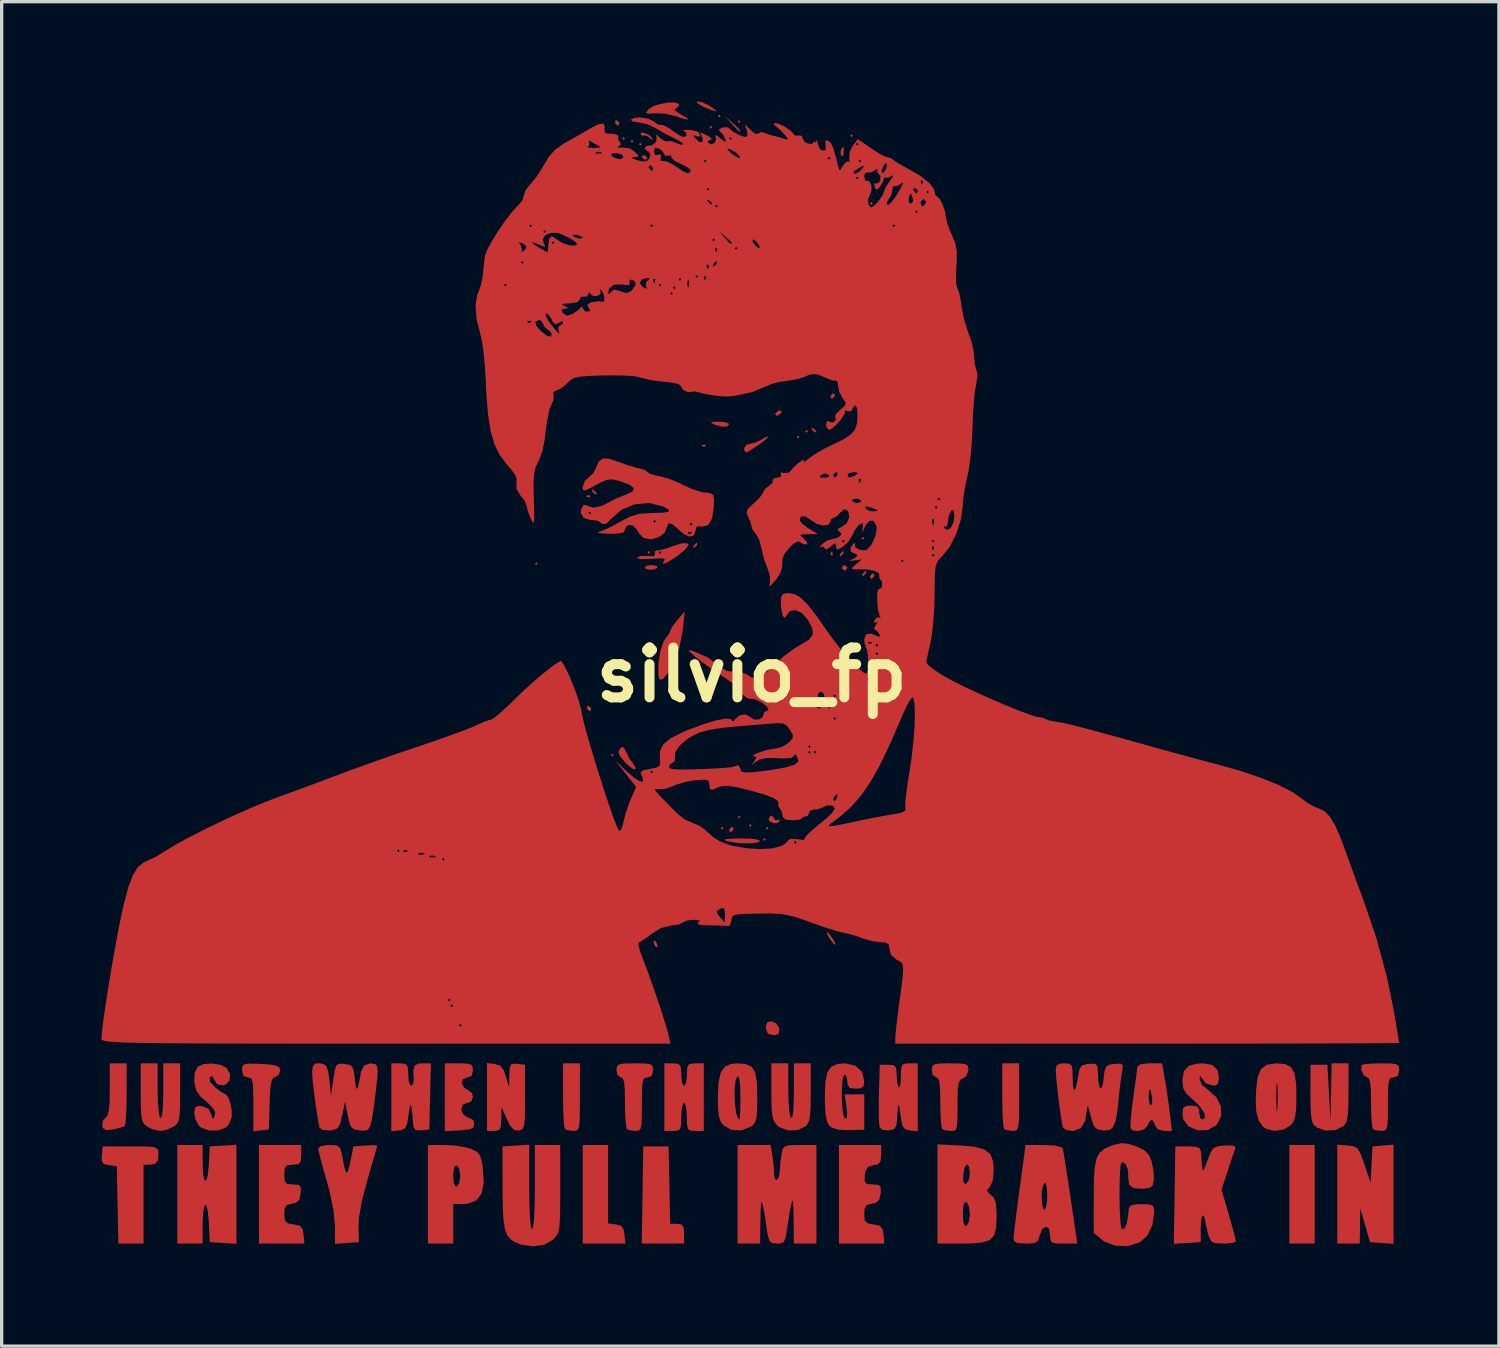
<source format=kicad_pcb>
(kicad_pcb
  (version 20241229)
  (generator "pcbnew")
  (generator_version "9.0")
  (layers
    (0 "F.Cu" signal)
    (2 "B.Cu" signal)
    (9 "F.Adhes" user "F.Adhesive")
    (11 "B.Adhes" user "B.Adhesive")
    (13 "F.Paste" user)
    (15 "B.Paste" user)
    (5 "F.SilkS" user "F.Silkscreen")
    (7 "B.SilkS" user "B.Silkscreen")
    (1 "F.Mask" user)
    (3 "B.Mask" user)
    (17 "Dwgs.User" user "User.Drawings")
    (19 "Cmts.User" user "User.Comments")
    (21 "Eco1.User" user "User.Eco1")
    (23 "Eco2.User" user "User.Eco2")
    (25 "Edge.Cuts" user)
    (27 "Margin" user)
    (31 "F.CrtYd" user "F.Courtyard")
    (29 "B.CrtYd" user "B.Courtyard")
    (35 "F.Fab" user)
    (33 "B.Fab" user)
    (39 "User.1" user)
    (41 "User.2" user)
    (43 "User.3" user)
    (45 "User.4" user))
  (footprint "silvio_fp"
    (layer "F.Cu")
    (at 19.555 17.245)
    (property "Reference" "silvio_fp" (at 0 0 0) (layer "F.SilkS") (effects (font (size 1.5 1.5) (thickness 0.3))))
    (attr board_only exclude_from_pos_files exclude_from_bom)
    (fp_poly (pts (xy -6.435 -3.344) (xy -6.477 -3.302) (xy -6.519 -3.344) (xy -6.477 -3.387)) (stroke (width 0) (type solid)) (fill yes) (layer "F.Cu"))
    (fp_poly (pts (xy -4.149 2.413) (xy -4.191 2.455) (xy -4.233 2.413) (xy -4.191 2.371)) (stroke (width 0) (type solid)) (fill yes) (layer "F.Cu"))
    (fp_poly (pts (xy -3.81 -16.129) (xy -3.852 -16.087) (xy -3.895 -16.129) (xy -3.852 -16.171)) (stroke (width 0) (type solid)) (fill yes) (layer "F.Cu"))
    (fp_poly (pts (xy -3.556 -16.044) (xy -3.598 -16.002) (xy -3.641 -16.044) (xy -3.598 -16.087)) (stroke (width 0) (type solid)) (fill yes) (layer "F.Cu"))
    (fp_poly (pts (xy -3.302 -15.96) (xy -3.344 -15.917) (xy -3.387 -15.96) (xy -3.344 -16.002)) (stroke (width 0) (type solid)) (fill yes) (layer "F.Cu"))
    (fp_poly (pts (xy -3.048 -3.683) (xy -3.09 -3.641) (xy -3.133 -3.683) (xy -3.09 -3.725)) (stroke (width 0) (type solid)) (fill yes) (layer "F.Cu"))
    (fp_poly (pts (xy -1.185 -16.468) (xy -1.228 -16.425) (xy -1.27 -16.468) (xy -1.228 -16.51)) (stroke (width 0) (type solid)) (fill yes) (layer "F.Cu"))
    (fp_poly (pts (xy -0.931 -16.806) (xy -0.974 -16.764) (xy -1.016 -16.806) (xy -0.974 -16.849)) (stroke (width 0) (type solid)) (fill yes) (layer "F.Cu"))
    (fp_poly (pts (xy -0.847 4.614) (xy -0.889 4.657) (xy -0.931 4.614) (xy -0.889 4.572)) (stroke (width 0) (type solid)) (fill yes) (layer "F.Cu"))
    (fp_poly (pts (xy -0.339 -16.637) (xy -0.381 -16.595) (xy -0.423 -16.637) (xy -0.381 -16.679)) (stroke (width 0) (type solid)) (fill yes) (layer "F.Cu"))
    (fp_poly (pts (xy -0.339 4.276) (xy -0.381 4.318) (xy -0.423 4.276) (xy -0.381 4.233)) (stroke (width 0) (type solid)) (fill yes) (layer "F.Cu"))
    (fp_poly (pts (xy 0 4.53) (xy -0.042 4.572) (xy -0.085 4.53) (xy -0.042 4.487)) (stroke (width 0) (type solid)) (fill yes) (layer "F.Cu"))
    (fp_poly (pts (xy 0.254 -0.127) (xy 0.212 -0.085) (xy 0.169 -0.127) (xy 0.212 -0.169)) (stroke (width 0) (type solid)) (fill yes) (layer "F.Cu"))
    (fp_poly (pts (xy 0.423 4.953) (xy 0.381 4.995) (xy 0.339 4.953) (xy 0.381 4.911)) (stroke (width 0) (type solid)) (fill yes) (layer "F.Cu"))
    (fp_poly (pts (xy 0.508 4.614) (xy 0.466 4.657) (xy 0.423 4.614) (xy 0.466 4.572)) (stroke (width 0) (type solid)) (fill yes) (layer "F.Cu"))
    (fp_poly (pts (xy 1.439 -7.154) (xy 1.397 -7.112) (xy 1.355 -7.154) (xy 1.397 -7.197)) (stroke (width 0) (type solid)) (fill yes) (layer "F.Cu"))
    (fp_poly (pts (xy 1.693 -7.324) (xy 1.651 -7.281) (xy 1.609 -7.324) (xy 1.651 -7.366)) (stroke (width 0) (type solid)) (fill yes) (layer "F.Cu"))
    (fp_poly (pts (xy 1.905 -16.087) (xy 1.872 -16.053) (xy 1.881 -16.072) (xy 1.905 -16.087)) (stroke (width 0) (type solid)) (fill yes) (layer "F.Cu"))
    (fp_poly (pts (xy 3.048 -16.214) (xy 3.006 -16.171) (xy 2.963 -16.214) (xy 3.006 -16.256)) (stroke (width 0) (type solid)) (fill yes) (layer "F.Cu"))
    (fp_poly (pts (xy 3.387 -4.106) (xy 3.344 -4.064) (xy 3.302 -4.106) (xy 3.344 -4.149)) (stroke (width 0) (type solid)) (fill yes) (layer "F.Cu"))
    (fp_poly (pts (xy 3.641 -14.182) (xy 3.598 -14.139) (xy 3.556 -14.182) (xy 3.598 -14.224)) (stroke (width 0) (type solid)) (fill yes) (layer "F.Cu"))
    (fp_poly (pts (xy -4.854 -5.39) (xy -4.866 -5.34) (xy -4.911 -5.334) (xy -4.98 -5.365) (xy -4.967 -5.39) (xy -4.867 -5.401)) (stroke (width 0) (type solid)) (fill yes) (layer "F.Cu"))
    (fp_poly (pts (xy -1.383 -6.914) (xy -1.395 -6.864) (xy -1.439 -6.858) (xy -1.509 -6.889) (xy -1.496 -6.914) (xy -1.395 -6.925)) (stroke (width 0) (type solid)) (fill yes) (layer "F.Cu"))
    (fp_poly (pts (xy 2.427 -3.697) (xy 2.437 -3.597) (xy 2.427 -3.584) (xy 2.377 -3.596) (xy 2.371 -3.641) (xy 2.402 -3.71)) (stroke (width 0) (type solid)) (fill yes) (layer "F.Cu"))
    (fp_poly (pts (xy -4.754 -5.554) (xy -4.664 -5.475) (xy -4.657 -5.456) (xy -4.697 -5.421) (xy -4.781 -5.499) (xy -4.792 -5.516) (xy -4.802 -5.574)) (stroke (width 0) (type solid)) (fill yes) (layer "F.Cu"))
    (fp_poly (pts (xy -2.881 8.02) (xy -2.849 8.082) (xy -2.828 8.201) (xy -2.885 8.178) (xy -2.924 8.122) (xy -2.951 8.012) (xy -2.94 7.992)) (stroke (width 0) (type solid)) (fill yes) (layer "F.Cu"))
    (fp_poly (pts (xy 1.85 -7.416) (xy 1.94 -7.338) (xy 1.947 -7.319) (xy 1.907 -7.284) (xy 1.823 -7.362) (xy 1.812 -7.379) (xy 1.802 -7.437)) (stroke (width 0) (type solid)) (fill yes) (layer "F.Cu"))
    (fp_poly (pts (xy -4.829 0.993) (xy -4.826 1.016) (xy -4.855 1.098) (xy -4.863 1.101) (xy -4.936 1.041) (xy -4.953 1.016) (xy -4.946 0.938) (xy -4.916 0.931)) (stroke (width 0) (type solid)) (fill yes) (layer "F.Cu"))
    (fp_poly (pts (xy -3.983 -16.618) (xy -3.979 -16.595) (xy -4.008 -16.512) (xy -4.017 -16.51) (xy -4.089 -16.569) (xy -4.106 -16.595) (xy -4.1 -16.673) (xy -4.069 -16.679)) (stroke (width 0) (type solid)) (fill yes) (layer "F.Cu"))
    (fp_poly (pts (xy -3.217 -15.621) (xy -3.137 -15.545) (xy -3.133 -15.531) (xy -3.198 -15.495) (xy -3.217 -15.494) (xy -3.299 -15.559) (xy -3.302 -15.584) (xy -3.25 -15.634)) (stroke (width 0) (type solid)) (fill yes) (layer "F.Cu"))
    (fp_poly (pts (xy -2.858 -3.277) (xy -2.833 -3.223) (xy -2.936 -3.167) (xy -3.088 -3.161) (xy -3.202 -3.202) (xy -3.217 -3.235) (xy -3.145 -3.285) (xy -3.001 -3.302)) (stroke (width 0) (type solid)) (fill yes) (layer "F.Cu"))
    (fp_poly (pts (xy -1.635 -3.925) (xy -1.651 -3.895) (xy -1.731 -3.814) (xy -1.746 -3.81) (xy -1.751 -3.865) (xy -1.736 -3.895) (xy -1.656 -3.976) (xy -1.641 -3.979)) (stroke (width 0) (type solid)) (fill yes) (layer "F.Cu"))
    (fp_poly (pts (xy -0.572 -16.601) (xy -0.395 -16.436) (xy -0.34 -16.355) (xy -0.366 -16.341) (xy -0.434 -16.397) (xy -0.567 -16.538) (xy -0.599 -16.573) (xy -0.804 -16.806)) (stroke (width 0) (type solid)) (fill yes) (layer "F.Cu"))
    (fp_poly (pts (xy -0.537 4.624) (xy -0.55 4.657) (xy -0.626 4.737) (xy -0.64 4.741) (xy -0.676 4.676) (xy -0.677 4.657) (xy -0.612 4.575) (xy -0.588 4.572)) (stroke (width 0) (type solid)) (fill yes) (layer "F.Cu"))
    (fp_poly (pts (xy 0.903 -7.907) (xy 0.889 -7.874) (xy 0.777 -7.792) (xy 0.752 -7.789) (xy 0.706 -7.841) (xy 0.72 -7.874) (xy 0.832 -7.956) (xy 0.857 -7.959)) (stroke (width 0) (type solid)) (fill yes) (layer "F.Cu"))
    (fp_poly (pts (xy 2.511 -8.415) (xy 2.498 -8.382) (xy 2.422 -8.301) (xy 2.408 -8.297) (xy 2.372 -8.363) (xy 2.371 -8.382) (xy 2.436 -8.463) (xy 2.46 -8.467)) (stroke (width 0) (type solid)) (fill yes) (layer "F.Cu"))
    (fp_poly (pts (xy 2.767 -3.671) (xy 2.752 -3.641) (xy 2.672 -3.56) (xy 2.657 -3.556) (xy 2.651 -3.611) (xy 2.667 -3.641) (xy 2.747 -3.722) (xy 2.762 -3.725)) (stroke (width 0) (type solid)) (fill yes) (layer "F.Cu"))
    (fp_poly (pts (xy 2.774 -15.794) (xy 2.772 -15.768) (xy 2.751 -15.609) (xy 2.713 -15.596) (xy 2.678 -15.646) (xy 2.68 -15.767) (xy 2.711 -15.836) (xy 2.765 -15.892)) (stroke (width 0) (type solid)) (fill yes) (layer "F.Cu"))
    (fp_poly (pts (xy 2.876 -3.238) (xy 2.879 -3.217) (xy 2.814 -3.135) (xy 2.794 -3.133) (xy 2.712 -3.197) (xy 2.709 -3.217) (xy 2.774 -3.3) (xy 2.794 -3.302)) (stroke (width 0) (type solid)) (fill yes) (layer "F.Cu"))
    (fp_poly (pts (xy 3.445 -3.078) (xy 3.429 -3.048) (xy 3.349 -2.967) (xy 3.334 -2.963) (xy 3.329 -3.018) (xy 3.344 -3.048) (xy 3.424 -3.129) (xy 3.439 -3.133)) (stroke (width 0) (type solid)) (fill yes) (layer "F.Cu"))
    (fp_poly (pts (xy 3.696 -2.996) (xy 3.683 -2.963) (xy 3.607 -2.883) (xy 3.593 -2.879) (xy 3.557 -2.944) (xy 3.556 -2.963) (xy 3.621 -3.045) (xy 3.646 -3.048)) (stroke (width 0) (type solid)) (fill yes) (layer "F.Cu"))
    (fp_poly (pts (xy 16.933 15.621) (xy 16.933 17.103) (xy 16.552 17.103) (xy 16.171 17.103) (xy 16.171 15.621) (xy 16.171 14.139) (xy 16.552 14.139) (xy 16.933 14.139)) (stroke (width 0) (type solid)) (fill yes) (layer "F.Cu"))
    (fp_poly (pts (xy -0.791 -7.598) (xy -0.683 -7.551) (xy -0.677 -7.535) (xy -0.746 -7.468) (xy -0.92 -7.468) (xy -1.143 -7.535) (xy -1.222 -7.583) (xy -1.162 -7.606) (xy -0.995 -7.614)) (stroke (width 0) (type solid)) (fill yes) (layer "F.Cu"))
    (fp_poly (pts (xy 2.277 7.741) (xy 2.367 7.832) (xy 2.46 7.968) (xy 2.517 8.087) (xy 2.51 8.128) (xy 2.444 8.065) (xy 2.334 7.913) (xy 2.329 7.906) (xy 2.256 7.772) (xy 2.268 7.736)) (stroke (width 0) (type solid)) (fill yes) (layer "F.Cu"))
    (fp_poly (pts (xy -1.51 -17.227) (xy -1.311 -17.138) (xy -1.258 -17.107) (xy -1.088 -16.992) (xy -1.064 -16.947) (xy -1.179 -16.973) (xy -1.425 -17.072) (xy -1.439 -17.079) (xy -1.603 -17.169) (xy -1.653 -17.234) (xy -1.639 -17.245)) (stroke (width 0) (type solid)) (fill yes) (layer "F.Cu"))
    (fp_poly (pts (xy 0.738 10.482) (xy 0.826 10.618) (xy 0.831 10.647) (xy 0.814 10.798) (xy 0.697 10.837) (xy 0.534 10.811) (xy 0.48 10.781) (xy 0.432 10.657) (xy 0.423 10.563) (xy 0.478 10.442) (xy 0.602 10.419)) (stroke (width 0) (type solid)) (fill yes) (layer "F.Cu"))
    (fp_poly (pts (xy -3.23 -16.299) (xy -3.098 -16.241) (xy -3.03 -16.187) (xy -2.97 -16.102) (xy -2.984 -16.087) (xy -3.073 -16.147) (xy -3.091 -16.173) (xy -3.189 -16.224) (xy -3.217 -16.214) (xy -3.321 -16.226) (xy -3.339 -16.247) (xy -3.331 -16.305)) (stroke (width 0) (type solid)) (fill yes) (layer "F.Cu"))
    (fp_poly (pts (xy 0.674 4.298) (xy 0.677 4.323) (xy 0.729 4.374) (xy 0.762 4.36) (xy 0.84 4.364) (xy 0.847 4.392) (xy 0.776 4.455) (xy 0.677 4.464) (xy 0.54 4.408) (xy 0.508 4.342) (xy 0.56 4.242) (xy 0.593 4.233)) (stroke (width 0) (type solid)) (fill yes) (layer "F.Cu"))
    (fp_poly (pts (xy -4.318 15.319) (xy -4.318 16.499) (xy -4.085 16.526) (xy -3.918 16.575) (xy -3.844 16.706) (xy -3.826 16.828) (xy -3.799 17.103) (xy -4.44 17.103) (xy -5.08 17.103) (xy -5.08 15.621) (xy -5.08 14.139) (xy -4.699 14.139) (xy -4.318 14.139)) (stroke (width 0) (type solid)) (fill yes) (layer "F.Cu"))
    (fp_poly (pts (xy -3.817 2.228) (xy -3.789 2.298) (xy -3.672 2.522) (xy -3.58 2.645) (xy -3.495 2.779) (xy -3.498 2.848) (xy -3.581 2.825) (xy -3.731 2.705) (xy -3.809 2.626) (xy -3.965 2.439) (xy -4.008 2.316) (xy -3.964 2.226) (xy -3.88 2.157)) (stroke (width 0) (type solid)) (fill yes) (layer "F.Cu"))
    (fp_poly (pts (xy -2.474 15.346) (xy -2.451 16.51) (xy -2.241 16.51) (xy -2.1 16.533) (xy -2.042 16.633) (xy -2.032 16.806) (xy -2.032 17.103) (xy -2.669 17.103) (xy -3.306 17.103) (xy -3.283 15.642) (xy -3.26 14.182) (xy -2.879 14.182) (xy -2.498 14.182)) (stroke (width 0) (type solid)) (fill yes) (layer "F.Cu"))
    (fp_poly (pts (xy -0.042 4.926) (xy 0.173 4.952) (xy 0.254 4.995) (xy 0.254 4.995) (xy 0.179 5.043) (xy -0.012 5.066) (xy -0.266 5.067) (xy -0.532 5.044) (xy -0.756 4.997) (xy -0.762 4.995) (xy -0.824 4.959) (xy -0.737 4.935) (xy -0.492 4.922) (xy -0.36 4.919)) (stroke (width 0) (type solid)) (fill yes) (layer "F.Cu"))
    (fp_poly (pts (xy 0.508 -7.167) (xy 0.445 -7.096) (xy 0.291 -6.975) (xy 0.1 -6.842) (xy -0.073 -6.734) (xy -0.175 -6.689) (xy -0.175 -6.689) (xy -0.22 -6.758) (xy -0.226 -6.816) (xy -0.156 -6.921) (xy -0.068 -6.943) (xy 0.119 -6.988) (xy 0.299 -7.079) (xy 0.446 -7.161) (xy 0.508 -7.168)) (stroke (width 0) (type solid)) (fill yes) (layer "F.Cu"))
    (fp_poly (pts (xy -5.165 12.7) (xy -5.166 13.128) (xy -5.173 13.415) (xy -5.191 13.589) (xy -5.225 13.678) (xy -5.282 13.711) (xy -5.362 13.716) (xy -5.54 13.694) (xy -5.616 13.66) (xy -5.639 13.557) (xy -5.657 13.321) (xy -5.669 12.989) (xy -5.673 12.644) (xy -5.673 11.684) (xy -5.419 11.684) (xy -5.165 11.684)) (stroke (width 0) (type solid)) (fill yes) (layer "F.Cu"))
    (fp_poly (pts (xy 8.043 12.7) (xy 8.042 13.128) (xy 8.035 13.415) (xy 8.017 13.589) (xy 7.983 13.678) (xy 7.926 13.711) (xy 7.846 13.716) (xy 7.668 13.694) (xy 7.592 13.66) (xy 7.569 13.557) (xy 7.551 13.321) (xy 7.539 12.989) (xy 7.535 12.644) (xy 7.535 11.684) (xy 7.789 11.684) (xy 8.043 11.684)) (stroke (width 0) (type solid)) (fill yes) (layer "F.Cu"))
    (fp_poly (pts (xy -2.069 -1.355) (xy -2.177 -0.802) (xy -2.352 -0.345) (xy -2.52 -0.049) (xy -2.66 0.119) (xy -2.759 0.15) (xy -2.805 0.034) (xy -2.806 0.028) (xy -2.803 -0.35) (xy -2.748 -0.711) (xy -2.652 -0.994) (xy -2.585 -1.098) (xy -2.48 -1.243) (xy -2.452 -1.319) (xy -2.4 -1.428) (xy -2.273 -1.603) (xy -2.233 -1.651) (xy -2.016 -1.905)) (stroke (width 0) (type solid)) (fill yes) (layer "F.Cu"))
    (fp_poly (pts (xy -18.796 12.61) (xy -18.801 12.988) (xy -18.816 13.299) (xy -18.838 13.506) (xy -18.86 13.574) (xy -18.98 13.616) (xy -19.185 13.668) (xy -19.198 13.67) (xy -19.402 13.693) (xy -19.505 13.633) (xy -19.529 13.583) (xy -19.516 13.412) (xy -19.445 13.335) (xy -19.375 13.251) (xy -19.332 13.1) (xy -19.31 12.849) (xy -19.304 12.464) (xy -19.304 12.458) (xy -19.304 11.684) (xy -19.05 11.684) (xy -18.796 11.684)) (stroke (width 0) (type solid)) (fill yes) (layer "F.Cu"))
    (fp_poly (pts (xy -18.283 14.182) (xy -18.036 14.192) (xy -17.9 14.229) (xy -17.844 14.306) (xy -17.84 14.44) (xy -17.854 14.605) (xy -17.938 14.706) (xy -18.076 14.732) (xy -18.288 14.732) (xy -18.288 15.917) (xy -18.288 17.103) (xy -18.667 17.103) (xy -19.045 17.103) (xy -19.069 15.938) (xy -19.092 14.774) (xy -19.33 14.747) (xy -19.493 14.708) (xy -19.548 14.604) (xy -19.542 14.451) (xy -19.516 14.182) (xy -18.669 14.182)) (stroke (width 0) (type solid)) (fill yes) (layer "F.Cu"))
    (fp_poly (pts (xy -2.191 -17.177) (xy -2.179 -17.124) (xy -2.278 -17.023) (xy -2.316 -17.014) (xy -2.313 -16.978) (xy -2.189 -16.89) (xy -2.117 -16.849) (xy -1.938 -16.74) (xy -1.912 -16.695) (xy -2.032 -16.716) (xy -2.292 -16.803) (xy -2.298 -16.805) (xy -2.597 -16.875) (xy -2.904 -16.89) (xy -2.92 -16.889) (xy -3.119 -16.876) (xy -3.176 -16.902) (xy -3.119 -16.986) (xy -3.092 -17.016) (xy -2.952 -17.105) (xy -2.743 -17.171) (xy -2.514 -17.209) (xy -2.314 -17.213)) (stroke (width 0) (type solid)) (fill yes) (layer "F.Cu"))
    (fp_poly (pts (xy 19.304 15.621) (xy 19.304 17.112) (xy 18.951 17.086) (xy 18.597 17.06) (xy 18.449 16.552) (xy 18.302 16.044) (xy 18.295 16.573) (xy 18.288 17.103) (xy 17.949 17.103) (xy 17.611 17.103) (xy 17.611 15.616) (xy 17.611 14.129) (xy 17.928 14.155) (xy 18.098 14.177) (xy 18.21 14.233) (xy 18.294 14.36) (xy 18.385 14.596) (xy 18.431 14.732) (xy 18.616 15.282) (xy 18.642 14.732) (xy 18.669 14.182) (xy 18.986 14.155) (xy 19.304 14.129)) (stroke (width 0) (type solid)) (fill yes) (layer "F.Cu"))
    (fp_poly (pts (xy 17.949 12.56) (xy 17.945 12.969) (xy 17.928 13.244) (xy 17.894 13.42) (xy 17.838 13.53) (xy 17.794 13.576) (xy 17.557 13.691) (xy 17.264 13.704) (xy 16.998 13.614) (xy 16.971 13.596) (xy 16.896 13.522) (xy 16.847 13.41) (xy 16.82 13.224) (xy 16.808 12.931) (xy 16.806 12.601) (xy 16.806 11.726) (xy 17.06 11.726) (xy 17.314 11.726) (xy 17.361 12.573) (xy 17.409 13.42) (xy 17.425 12.552) (xy 17.441 11.684) (xy 17.695 11.684) (xy 17.949 11.684)) (stroke (width 0) (type solid)) (fill yes) (layer "F.Cu"))
    (fp_poly (pts (xy -14.898 11.695) (xy -14.761 11.701) (xy -14.452 11.722) (xy -14.276 11.758) (xy -14.194 11.821) (xy -14.174 11.884) (xy -14.224 12.036) (xy -14.312 12.084) (xy -14.389 12.123) (xy -14.439 12.216) (xy -14.47 12.394) (xy -14.489 12.691) (xy -14.496 12.9) (xy -14.52 13.674) (xy -14.753 13.7) (xy -14.986 13.727) (xy -14.986 12.917) (xy -14.989 12.542) (xy -15 12.305) (xy -15.028 12.174) (xy -15.079 12.119) (xy -15.155 12.107) (xy -15.287 12.059) (xy -15.325 11.892) (xy -15.317 11.777) (xy -15.268 11.715) (xy -15.141 11.692)) (stroke (width 0) (type solid)) (fill yes) (layer "F.Cu"))
    (fp_poly (pts (xy -15.494 15.621) (xy -15.494 17.112) (xy -15.896 17.086) (xy -16.298 17.06) (xy -16.323 16.489) (xy -16.353 16.142) (xy -16.398 15.961) (xy -16.447 15.945) (xy -16.487 16.092) (xy -16.509 16.401) (xy -16.51 16.51) (xy -16.51 17.103) (xy -16.891 17.103) (xy -17.272 17.103) (xy -17.272 15.621) (xy -17.272 14.139) (xy -16.891 14.139) (xy -16.51 14.139) (xy -16.51 14.69) (xy -16.494 15.025) (xy -16.455 15.2) (xy -16.406 15.212) (xy -16.358 15.06) (xy -16.325 14.742) (xy -16.324 14.711) (xy -16.298 14.182) (xy -15.896 14.156) (xy -15.494 14.13)) (stroke (width 0) (type solid)) (fill yes) (layer "F.Cu"))
    (fp_poly (pts (xy -8.554 11.691) (xy -8.429 11.726) (xy -8.386 11.811) (xy -8.382 11.896) (xy -8.422 12.062) (xy -8.551 12.107) (xy -8.694 12.168) (xy -8.721 12.267) (xy -8.649 12.416) (xy -8.551 12.471) (xy -8.408 12.584) (xy -8.382 12.692) (xy -8.438 12.839) (xy -8.551 12.869) (xy -8.688 12.929) (xy -8.733 13.063) (xy -8.688 13.209) (xy -8.558 13.302) (xy -8.53 13.308) (xy -8.371 13.392) (xy -8.34 13.504) (xy -8.364 13.606) (xy -8.463 13.663) (xy -8.678 13.692) (xy -8.784 13.699) (xy -9.229 13.725) (xy -9.229 12.704) (xy -9.229 11.684) (xy -8.805 11.684)) (stroke (width 0) (type solid)) (fill yes) (layer "F.Cu"))
    (fp_poly (pts (xy -7.728 11.7) (xy -7.564 11.751) (xy -7.459 11.889) (xy -7.396 12.065) (xy -7.294 12.404) (xy -7.288 12.038) (xy -7.276 11.811) (xy -7.231 11.71) (xy -7.121 11.693) (xy -7.048 11.7) (xy -6.816 11.726) (xy -6.816 12.7) (xy -6.817 13.118) (xy -6.825 13.396) (xy -6.846 13.564) (xy -6.884 13.652) (xy -6.946 13.689) (xy -7.007 13.701) (xy -7.142 13.687) (xy -7.252 13.577) (xy -7.361 13.362) (xy -7.523 12.996) (xy -7.529 13.356) (xy -7.543 13.583) (xy -7.594 13.687) (xy -7.71 13.715) (xy -7.747 13.716) (xy -7.959 13.716) (xy -7.959 12.694) (xy -7.959 11.673)) (stroke (width 0) (type solid)) (fill yes) (layer "F.Cu"))
    (fp_poly (pts (xy 1.101 12.483) (xy 1.109 12.837) (xy 1.132 13.122) (xy 1.165 13.299) (xy 1.185 13.335) (xy 1.227 13.282) (xy 1.255 13.07) (xy 1.269 12.707) (xy 1.27 12.536) (xy 1.27 11.684) (xy 1.524 11.684) (xy 1.778 11.684) (xy 1.778 12.56) (xy 1.774 12.969) (xy 1.757 13.244) (xy 1.723 13.42) (xy 1.666 13.53) (xy 1.623 13.576) (xy 1.38 13.694) (xy 1.088 13.701) (xy 0.825 13.599) (xy 0.762 13.547) (xy 0.683 13.446) (xy 0.633 13.312) (xy 0.605 13.106) (xy 0.594 12.791) (xy 0.593 12.531) (xy 0.593 11.684) (xy 0.847 11.684) (xy 1.101 11.684)) (stroke (width 0) (type solid)) (fill yes) (layer "F.Cu"))
    (fp_poly (pts (xy -17.865 12.483) (xy -17.856 12.837) (xy -17.834 13.122) (xy -17.8 13.299) (xy -17.78 13.335) (xy -17.738 13.282) (xy -17.71 13.07) (xy -17.696 12.707) (xy -17.695 12.536) (xy -17.695 11.684) (xy -17.441 11.684) (xy -17.187 11.684) (xy -17.187 12.568) (xy -17.19 12.968) (xy -17.202 13.234) (xy -17.231 13.4) (xy -17.282 13.502) (xy -17.363 13.575) (xy -17.376 13.584) (xy -17.603 13.687) (xy -17.78 13.716) (xy -18.019 13.667) (xy -18.184 13.584) (xy -18.269 13.512) (xy -18.324 13.416) (xy -18.355 13.259) (xy -18.369 13.008) (xy -18.373 12.627) (xy -18.373 12.568) (xy -18.373 11.684) (xy -18.119 11.684) (xy -17.865 11.684)) (stroke (width 0) (type solid)) (fill yes) (layer "F.Cu"))
    (fp_poly (pts (xy -13.547 14.436) (xy -13.561 14.635) (xy -13.633 14.716) (xy -13.801 14.732) (xy -13.971 14.749) (xy -14.041 14.832) (xy -14.055 15.028) (xy -14.041 15.227) (xy -13.969 15.309) (xy -13.795 15.325) (xy -13.619 15.34) (xy -13.557 15.421) (xy -13.562 15.6) (xy -13.607 15.797) (xy -13.719 15.883) (xy -13.822 15.902) (xy -13.982 15.944) (xy -14.046 16.056) (xy -14.055 16.214) (xy -14.037 16.41) (xy -13.951 16.496) (xy -13.78 16.526) (xy -13.586 16.567) (xy -13.502 16.677) (xy -13.478 16.828) (xy -13.451 17.103) (xy -14.134 17.103) (xy -14.817 17.103) (xy -14.817 15.621) (xy -14.817 14.139) (xy -14.182 14.139) (xy -13.547 14.139)) (stroke (width 0) (type solid)) (fill yes) (layer "F.Cu"))
    (fp_poly (pts (xy 3.895 14.43) (xy 3.876 14.631) (xy 3.794 14.72) (xy 3.662 14.748) (xy 3.494 14.797) (xy 3.42 14.928) (xy 3.402 15.05) (xy 3.399 15.238) (xy 3.469 15.312) (xy 3.641 15.325) (xy 3.821 15.34) (xy 3.884 15.42) (xy 3.879 15.6) (xy 3.835 15.797) (xy 3.722 15.883) (xy 3.619 15.902) (xy 3.459 15.944) (xy 3.396 16.056) (xy 3.387 16.214) (xy 3.404 16.41) (xy 3.49 16.496) (xy 3.662 16.526) (xy 3.856 16.567) (xy 3.939 16.677) (xy 3.964 16.828) (xy 3.99 17.103) (xy 3.307 17.103) (xy 2.625 17.103) (xy 2.625 15.621) (xy 2.625 14.139) (xy 3.26 14.139) (xy 3.895 14.139)) (stroke (width 0) (type solid)) (fill yes) (layer "F.Cu"))
    (fp_poly (pts (xy -10.42 11.697) (xy -10.348 11.77) (xy -10.33 11.95) (xy -10.329 12.023) (xy -10.309 12.235) (xy -10.259 12.353) (xy -10.239 12.361) (xy -10.174 12.29) (xy -10.163 12.171) (xy -10.174 11.896) (xy -10.134 11.749) (xy -10.024 11.691) (xy -9.903 11.684) (xy -9.647 11.684) (xy -9.67 12.679) (xy -9.694 13.674) (xy -9.927 13.7) (xy -10.107 13.69) (xy -10.173 13.589) (xy -10.174 13.573) (xy -10.193 13.365) (xy -10.206 13.208) (xy -10.232 12.982) (xy -10.26 12.924) (xy -10.291 13.033) (xy -10.321 13.25) (xy -10.361 13.504) (xy -10.419 13.635) (xy -10.526 13.688) (xy -10.604 13.7) (xy -10.837 13.727) (xy -10.837 12.706) (xy -10.837 11.684) (xy -10.583 11.684)) (stroke (width 0) (type solid)) (fill yes) (layer "F.Cu"))
    (fp_poly (pts (xy -8.893 14.16) (xy -8.583 14.212) (xy -8.431 14.258) (xy -8.257 14.349) (xy -8.16 14.471) (xy -8.106 14.682) (xy -8.087 14.805) (xy -8.058 15.271) (xy -8.122 15.602) (xy -8.285 15.81) (xy -8.554 15.907) (xy -8.715 15.917) (xy -8.975 15.917) (xy -8.975 16.51) (xy -8.975 17.103) (xy -9.356 17.103) (xy -9.737 17.103) (xy -9.737 15.621) (xy -9.737 15.071) (xy -8.975 15.071) (xy -8.956 15.308) (xy -8.896 15.391) (xy -8.869 15.388) (xy -8.797 15.288) (xy -8.763 15.092) (xy -8.763 15.071) (xy -8.792 14.869) (xy -8.861 14.757) (xy -8.869 14.753) (xy -8.942 14.792) (xy -8.973 14.98) (xy -8.975 15.071) (xy -9.737 15.071) (xy -9.737 14.139) (xy -9.226 14.139)) (stroke (width 0) (type solid)) (fill yes) (layer "F.Cu"))
    (fp_poly (pts (xy 19.228 11.688) (xy 19.389 11.71) (xy 19.458 11.765) (xy 19.473 11.869) (xy 19.473 11.896) (xy 19.434 12.062) (xy 19.304 12.107) (xy 19.225 12.119) (xy 19.176 12.177) (xy 19.148 12.311) (xy 19.137 12.553) (xy 19.135 12.912) (xy 19.133 13.284) (xy 19.122 13.519) (xy 19.095 13.649) (xy 19.044 13.704) (xy 18.96 13.716) (xy 18.937 13.716) (xy 18.759 13.694) (xy 18.683 13.66) (xy 18.658 13.555) (xy 18.638 13.323) (xy 18.628 13.005) (xy 18.627 12.855) (xy 18.621 12.481) (xy 18.6 12.249) (xy 18.56 12.133) (xy 18.51 12.107) (xy 18.403 12.038) (xy 18.334 11.889) (xy 18.339 11.751) (xy 18.354 11.731) (xy 18.457 11.707) (xy 18.679 11.69) (xy 18.937 11.684)) (stroke (width 0) (type solid)) (fill yes) (layer "F.Cu"))
    (fp_poly (pts (xy -12.486 14.151) (xy -12.38 14.217) (xy -12.328 14.383) (xy -12.315 14.457) (xy -12.254 14.787) (xy -12.203 14.955) (xy -12.156 14.965) (xy -12.107 14.823) (xy -12.069 14.647) (xy -11.978 14.182) (xy -11.619 14.156) (xy -11.4 14.145) (xy -11.273 14.151) (xy -11.261 14.157) (xy -11.283 14.244) (xy -11.344 14.461) (xy -11.435 14.776) (xy -11.546 15.155) (xy -11.549 15.165) (xy -11.723 15.825) (xy -11.812 16.338) (xy -11.825 16.603) (xy -11.811 17.06) (xy -12.171 17.086) (xy -12.531 17.112) (xy -12.532 16.578) (xy -12.574 16.107) (xy -12.693 15.532) (xy -12.785 15.198) (xy -12.889 14.835) (xy -12.973 14.528) (xy -13.025 14.316) (xy -13.037 14.245) (xy -12.959 14.17) (xy -12.738 14.14) (xy -12.704 14.139)) (stroke (width 0) (type solid)) (fill yes) (layer "F.Cu"))
    (fp_poly (pts (xy -6.689 15.405) (xy -6.683 15.923) (xy -6.667 16.318) (xy -6.642 16.574) (xy -6.609 16.678) (xy -6.604 16.679) (xy -6.569 16.597) (xy -6.543 16.36) (xy -6.526 15.983) (xy -6.519 15.48) (xy -6.519 15.409) (xy -6.519 14.139) (xy -6.138 14.139) (xy -5.757 14.139) (xy -5.757 15.456) (xy -5.758 15.955) (xy -5.764 16.314) (xy -5.778 16.562) (xy -5.805 16.727) (xy -5.848 16.838) (xy -5.911 16.924) (xy -5.965 16.98) (xy -6.228 17.134) (xy -6.569 17.188) (xy -6.93 17.138) (xy -7.132 17.055) (xy -7.262 16.965) (xy -7.357 16.842) (xy -7.422 16.658) (xy -7.463 16.39) (xy -7.484 16.01) (xy -7.492 15.494) (xy -7.492 15.325) (xy -7.493 14.182) (xy -7.091 14.156) (xy -6.689 14.13)) (stroke (width 0) (type solid)) (fill yes) (layer "F.Cu"))
    (fp_poly (pts (xy -3.218 11.688) (xy -3.053 11.709) (xy -2.981 11.762) (xy -2.964 11.861) (xy -2.963 11.896) (xy -3.003 12.062) (xy -3.133 12.107) (xy -3.211 12.119) (xy -3.261 12.177) (xy -3.288 12.311) (xy -3.3 12.553) (xy -3.302 12.912) (xy -3.304 13.284) (xy -3.314 13.519) (xy -3.341 13.649) (xy -3.393 13.704) (xy -3.476 13.716) (xy -3.5 13.716) (xy -3.677 13.694) (xy -3.754 13.66) (xy -3.779 13.555) (xy -3.798 13.323) (xy -3.809 13.005) (xy -3.81 12.855) (xy -3.815 12.487) (xy -3.834 12.26) (xy -3.871 12.143) (xy -3.931 12.107) (xy -3.937 12.107) (xy -4.039 12.034) (xy -4.064 11.896) (xy -4.054 11.782) (xy -4 11.719) (xy -3.862 11.691) (xy -3.604 11.684) (xy -3.514 11.684)) (stroke (width 0) (type solid)) (fill yes) (layer "F.Cu"))
    (fp_poly (pts (xy -2.208 11.697) (xy -2.135 11.77) (xy -2.117 11.95) (xy -2.117 12.023) (xy -2.098 12.235) (xy -2.051 12.353) (xy -2.032 12.361) (xy -1.979 12.286) (xy -1.949 12.099) (xy -1.947 12.023) (xy -1.937 11.806) (xy -1.883 11.709) (xy -1.748 11.685) (xy -1.693 11.684) (xy -1.439 11.684) (xy -1.439 12.7) (xy -1.439 13.716) (xy -1.693 13.716) (xy -1.844 13.707) (xy -1.919 13.65) (xy -1.944 13.502) (xy -1.947 13.293) (xy -1.963 13.051) (xy -2.002 12.898) (xy -2.032 12.869) (xy -2.08 12.945) (xy -2.111 13.14) (xy -2.117 13.293) (xy -2.122 13.543) (xy -2.156 13.668) (xy -2.245 13.711) (xy -2.371 13.716) (xy -2.625 13.716) (xy -2.625 12.7) (xy -2.625 11.684) (xy -2.371 11.684)) (stroke (width 0) (type solid)) (fill yes) (layer "F.Cu"))
    (fp_poly (pts (xy -1.892 -3.92) (xy -1.949 -3.825) (xy -2.035 -3.739) (xy -2.202 -3.599) (xy -2.384 -3.473) (xy -2.547 -3.38) (xy -2.654 -3.339) (xy -2.671 -3.368) (xy -2.647 -3.402) (xy -2.609 -3.471) (xy -2.663 -3.502) (xy -2.839 -3.501) (xy -3.019 -3.488) (xy -3.295 -3.477) (xy -3.435 -3.5) (xy -3.445 -3.53) (xy -3.334 -3.576) (xy -3.136 -3.575) (xy -3.124 -3.573) (xy -2.941 -3.564) (xy -2.907 -3.616) (xy -2.914 -3.629) (xy -2.909 -3.683) (xy -2.794 -3.683) (xy -2.752 -3.641) (xy -2.709 -3.683) (xy -2.752 -3.725) (xy -2.794 -3.683) (xy -2.909 -3.683) (xy -2.906 -3.722) (xy -2.862 -3.738) (xy -2.668 -3.769) (xy -2.485 -3.826) (xy -2.335 -3.885) (xy -2.119 -3.95) (xy -1.957 -3.961)) (stroke (width 0) (type solid)) (fill yes) (layer "F.Cu"))
    (fp_poly (pts (xy 6.265 11.688) (xy 6.43 11.709) (xy 6.502 11.762) (xy 6.519 11.86) (xy 6.519 11.886) (xy 6.457 12.071) (xy 6.358 12.13) (xy 6.269 12.178) (xy 6.219 12.29) (xy 6.198 12.506) (xy 6.194 12.711) (xy 6.192 13.137) (xy 6.185 13.421) (xy 6.17 13.593) (xy 6.138 13.681) (xy 6.085 13.712) (xy 6.005 13.716) (xy 5.983 13.716) (xy 5.805 13.694) (xy 5.729 13.66) (xy 5.704 13.555) (xy 5.684 13.323) (xy 5.674 13.005) (xy 5.673 12.855) (xy 5.668 12.487) (xy 5.649 12.26) (xy 5.612 12.143) (xy 5.552 12.107) (xy 5.546 12.107) (xy 5.444 12.034) (xy 5.419 11.896) (xy 5.428 11.782) (xy 5.483 11.719) (xy 5.62 11.691) (xy 5.879 11.684) (xy 5.969 11.684)) (stroke (width 0) (type solid)) (fill yes) (layer "F.Cu"))
    (fp_poly (pts (xy 16.05 11.708) (xy 16.223 11.798) (xy 16.325 11.981) (xy 16.373 12.282) (xy 16.383 12.642) (xy 16.376 13.018) (xy 16.349 13.267) (xy 16.296 13.431) (xy 16.222 13.538) (xy 16.003 13.674) (xy 15.727 13.714) (xy 15.471 13.653) (xy 15.373 13.583) (xy 15.245 13.397) (xy 15.176 13.136) (xy 15.159 12.765) (xy 15.162 12.7) (xy 15.778 12.7) (xy 15.781 12.975) (xy 15.789 13.123) (xy 15.802 13.128) (xy 15.81 13.06) (xy 15.823 12.723) (xy 15.813 12.376) (xy 15.81 12.34) (xy 15.796 12.256) (xy 15.785 12.324) (xy 15.779 12.529) (xy 15.778 12.7) (xy 15.162 12.7) (xy 15.171 12.476) (xy 15.22 12.094) (xy 15.321 11.852) (xy 15.495 11.725) (xy 15.762 11.684) (xy 15.79 11.684)) (stroke (width 0) (type solid)) (fill yes) (layer "F.Cu"))
    (fp_poly (pts (xy 4.995 12.706) (xy 4.995 13.727) (xy 4.763 13.7) (xy 4.622 13.668) (xy 4.543 13.58) (xy 4.498 13.392) (xy 4.479 13.25) (xy 4.445 13.004) (xy 4.417 12.922) (xy 4.396 13.007) (xy 4.378 13.26) (xy 4.375 13.335) (xy 4.352 13.556) (xy 4.285 13.66) (xy 4.139 13.699) (xy 4.127 13.701) (xy 3.928 13.682) (xy 3.849 13.61) (xy 3.832 13.48) (xy 3.823 13.222) (xy 3.823 12.879) (xy 3.828 12.61) (xy 3.852 11.726) (xy 4.106 11.726) (xy 4.274 11.742) (xy 4.345 11.821) (xy 4.36 12.016) (xy 4.36 12.037) (xy 4.376 12.258) (xy 4.416 12.4) (xy 4.424 12.411) (xy 4.461 12.374) (xy 4.484 12.21) (xy 4.487 12.079) (xy 4.494 11.839) (xy 4.533 11.724) (xy 4.635 11.687) (xy 4.741 11.684) (xy 4.995 11.684)) (stroke (width 0) (type solid)) (fill yes) (layer "F.Cu"))
    (fp_poly (pts (xy 3.115 11.75) (xy 3.315 11.936) (xy 3.387 12.219) (xy 3.387 12.22) (xy 3.362 12.381) (xy 3.253 12.44) (xy 3.133 12.446) (xy 2.951 12.423) (xy 2.885 12.326) (xy 2.879 12.234) (xy 2.85 12.075) (xy 2.794 12.023) (xy 2.748 12.099) (xy 2.72 12.294) (xy 2.709 12.56) (xy 2.715 12.847) (xy 2.737 13.106) (xy 2.774 13.289) (xy 2.807 13.343) (xy 2.863 13.334) (xy 2.871 13.194) (xy 2.851 13.01) (xy 2.797 12.615) (xy 3.092 12.615) (xy 3.387 12.615) (xy 3.387 13.148) (xy 3.387 13.681) (xy 2.928 13.692) (xy 2.611 13.68) (xy 2.414 13.618) (xy 2.335 13.554) (xy 2.263 13.422) (xy 2.22 13.199) (xy 2.203 12.853) (xy 2.201 12.685) (xy 2.217 12.252) (xy 2.275 11.961) (xy 2.391 11.786) (xy 2.579 11.703) (xy 2.809 11.684)) (stroke (width 0) (type solid)) (fill yes) (layer "F.Cu"))
    (fp_poly (pts (xy -0.171 11.705) (xy -0.001 11.786) (xy 0.103 11.952) (xy 0.154 12.231) (xy 0.169 12.65) (xy 0.169 12.701) (xy 0.165 13.067) (xy 0.148 13.302) (xy 0.109 13.446) (xy 0.04 13.538) (xy -0.019 13.584) (xy -0.308 13.701) (xy -0.607 13.685) (xy -0.847 13.547) (xy -0.936 13.428) (xy -0.988 13.264) (xy -1.012 13.01) (xy -1.016 12.719) (xy -1.014 12.673) (xy -0.514 12.673) (xy -0.498 12.957) (xy -0.461 13.199) (xy -0.406 13.351) (xy -0.367 13.377) (xy -0.354 13.299) (xy -0.344 13.092) (xy -0.339 12.795) (xy -0.339 12.695) (xy -0.348 12.337) (xy -0.376 12.123) (xy -0.42 12.063) (xy -0.423 12.065) (xy -0.479 12.178) (xy -0.509 12.397) (xy -0.514 12.673) (xy -1.014 12.673) (xy -0.998 12.273) (xy -0.934 11.97) (xy -0.811 11.787) (xy -0.616 11.7) (xy -0.425 11.684)) (stroke (width 0) (type solid)) (fill yes) (layer "F.Cu"))
    (fp_poly (pts (xy 13.853 11.731) (xy 14.01 11.881) (xy 14.055 12.124) (xy 14.02 12.307) (xy 13.906 12.36) (xy 13.66 12.288) (xy 13.524 12.107) (xy 13.485 12.05) (xy 13.469 12.153) (xy 13.54 12.329) (xy 13.721 12.478) (xy 13.975 12.702) (xy 14.112 12.98) (xy 14.121 13.268) (xy 13.992 13.524) (xy 13.97 13.547) (xy 13.719 13.688) (xy 13.419 13.699) (xy 13.142 13.584) (xy 12.982 13.375) (xy 12.954 13.203) (xy 12.976 13.027) (xy 13.076 12.961) (xy 13.208 12.954) (xy 13.39 12.977) (xy 13.456 13.074) (xy 13.462 13.166) (xy 13.491 13.325) (xy 13.547 13.377) (xy 13.635 13.325) (xy 13.617 13.19) (xy 13.507 13.01) (xy 13.321 12.818) (xy 13.293 12.795) (xy 13.084 12.608) (xy 12.984 12.444) (xy 12.955 12.238) (xy 12.954 12.191) (xy 12.997 11.92) (xy 13.142 11.759) (xy 13.41 11.69) (xy 13.566 11.684)) (stroke (width 0) (type solid)) (fill yes) (layer "F.Cu"))
    (fp_poly (pts (xy 12.435 12.213) (xy 12.497 12.6) (xy 12.555 13.014) (xy 12.582 13.229) (xy 12.639 13.716) (xy 12.407 13.716) (xy 12.207 13.666) (xy 12.132 13.547) (xy 12.069 13.41) (xy 12.023 13.377) (xy 11.952 13.448) (xy 11.913 13.547) (xy 11.811 13.665) (xy 11.634 13.721) (xy 11.463 13.701) (xy 11.397 13.646) (xy 11.39 13.538) (xy 11.406 13.301) (xy 11.442 12.976) (xy 11.474 12.736) (xy 11.479 12.7) (xy 11.938 12.7) (xy 11.958 12.878) (xy 12.007 12.954) (xy 12.008 12.954) (xy 12.046 12.882) (xy 12.042 12.707) (xy 12.041 12.7) (xy 12.005 12.522) (xy 11.971 12.446) (xy 11.971 12.446) (xy 11.948 12.52) (xy 11.938 12.697) (xy 11.938 12.7) (xy 11.479 12.7) (xy 11.525 12.369) (xy 11.566 12.06) (xy 11.591 11.851) (xy 11.597 11.79) (xy 11.679 11.716) (xy 11.912 11.685) (xy 11.972 11.684) (xy 12.344 11.684)) (stroke (width 0) (type solid)) (fill yes) (layer "F.Cu"))
    (fp_poly (pts (xy 9.129 14.157) (xy 9.32 14.208) (xy 9.354 14.245) (xy 9.378 14.361) (xy 9.42 14.614) (xy 9.477 14.974) (xy 9.544 15.409) (xy 9.591 15.727) (xy 9.793 17.103) (xy 9.384 17.103) (xy 9.138 17.097) (xy 9.018 17.06) (xy 8.978 16.965) (xy 8.975 16.849) (xy 8.938 16.648) (xy 8.846 16.595) (xy 8.735 16.671) (xy 8.666 16.849) (xy 8.619 17.007) (xy 8.528 17.081) (xy 8.339 17.102) (xy 8.244 17.103) (xy 8.004 17.088) (xy 7.894 17.034) (xy 7.874 16.962) (xy 7.885 16.833) (xy 7.915 16.568) (xy 7.961 16.2) (xy 8.018 15.76) (xy 8.025 15.711) (xy 8.721 15.711) (xy 8.738 15.936) (xy 8.781 16.07) (xy 8.805 16.087) (xy 8.853 16.01) (xy 8.884 15.815) (xy 8.89 15.658) (xy 8.875 15.403) (xy 8.835 15.284) (xy 8.805 15.282) (xy 8.754 15.392) (xy 8.724 15.607) (xy 8.721 15.711) (xy 8.025 15.711) (xy 8.056 15.48) (xy 8.237 14.139) (xy 8.778 14.139)) (stroke (width 0) (type solid)) (fill yes) (layer "F.Cu"))
    (fp_poly (pts (xy 14.545 14.19) (xy 14.544 14.24) (xy 14.498 14.373) (xy 14.417 14.614) (xy 14.318 14.912) (xy 14.317 14.915) (xy 14.131 15.478) (xy 14.347 16.223) (xy 14.442 16.559) (xy 14.516 16.831) (xy 14.557 17.002) (xy 14.563 17.036) (xy 14.487 17.076) (xy 14.296 17.1) (xy 14.186 17.103) (xy 13.95 17.093) (xy 13.825 17.039) (xy 13.754 16.9) (xy 13.72 16.785) (xy 13.663 16.552) (xy 13.633 16.382) (xy 13.632 16.362) (xy 13.591 16.263) (xy 13.568 16.256) (xy 13.531 16.332) (xy 13.508 16.525) (xy 13.504 16.658) (xy 13.504 17.06) (xy 13.1 17.086) (xy 12.696 17.112) (xy 12.719 15.647) (xy 12.742 14.182) (xy 13.123 14.182) (xy 13.36 14.191) (xy 13.474 14.236) (xy 13.513 14.342) (xy 13.517 14.393) (xy 13.538 14.715) (xy 13.56 14.88) (xy 13.592 14.898) (xy 13.645 14.782) (xy 13.708 14.605) (xy 13.802 14.358) (xy 13.894 14.229) (xy 14.031 14.175) (xy 14.221 14.155) (xy 14.453 14.151)) (stroke (width 0) (type solid)) (fill yes) (layer "F.Cu"))
    (fp_poly (pts (xy -15.971 11.728) (xy -15.792 11.822) (xy -15.686 12.011) (xy -15.701 12.199) (xy -15.826 12.326) (xy -15.897 12.346) (xy -16.074 12.312) (xy -16.158 12.183) (xy -16.224 12.061) (xy -16.289 12.094) (xy -16.298 12.107) (xy -16.29 12.241) (xy -16.122 12.417) (xy -16.121 12.417) (xy -15.947 12.546) (xy -15.831 12.613) (xy -15.82 12.615) (xy -15.747 12.689) (xy -15.68 12.869) (xy -15.637 13.091) (xy -15.635 13.29) (xy -15.635 13.293) (xy -15.714 13.499) (xy -15.808 13.61) (xy -16.043 13.702) (xy -16.32 13.702) (xy -16.56 13.615) (xy -16.624 13.561) (xy -16.732 13.358) (xy -16.764 13.175) (xy -16.741 13.009) (xy -16.637 12.963) (xy -16.535 12.97) (xy -16.337 13.048) (xy -16.255 13.208) (xy -16.213 13.345) (xy -16.173 13.327) (xy -16.148 13.27) (xy -16.135 13.154) (xy -16.203 13.026) (xy -16.372 12.856) (xy -16.582 12.68) (xy -16.707 12.492) (xy -16.765 12.229) (xy -16.75 11.967) (xy -16.662 11.786) (xy -16.485 11.706) (xy -16.229 11.688)) (stroke (width 0) (type solid)) (fill yes) (layer "F.Cu"))
    (fp_poly (pts (xy 0.623 14.457) (xy 0.659 14.74) (xy 0.676 14.998) (xy 0.676 15.012) (xy 0.702 15.169) (xy 0.762 15.198) (xy 0.824 15.083) (xy 0.847 14.907) (xy 0.864 14.641) (xy 0.9 14.404) (xy 0.937 14.256) (xy 1.004 14.177) (xy 1.146 14.145) (xy 1.406 14.139) (xy 1.45 14.139) (xy 1.947 14.139) (xy 1.947 15.621) (xy 1.947 17.103) (xy 1.609 17.103) (xy 1.27 17.103) (xy 1.261 16.362) (xy 1.255 16.025) (xy 1.244 15.842) (xy 1.226 15.801) (xy 1.198 15.887) (xy 1.182 15.96) (xy 1.126 16.266) (xy 1.072 16.611) (xy 1.059 16.701) (xy 1.018 16.943) (xy 0.959 17.062) (xy 0.848 17.1) (xy 0.762 17.103) (xy 0.613 17.088) (xy 0.531 17.015) (xy 0.482 16.84) (xy 0.46 16.701) (xy 0.393 16.255) (xy 0.343 15.973) (xy 0.308 15.851) (xy 0.284 15.884) (xy 0.27 16.069) (xy 0.263 16.362) (xy 0.254 17.103) (xy -0.085 17.103) (xy -0.423 17.103) (xy -0.423 15.621) (xy -0.423 14.139) (xy 0.074 14.139) (xy 0.571 14.139)) (stroke (width 0) (type solid)) (fill yes) (layer "F.Cu"))
    (fp_poly (pts (xy 6.257 14.152) (xy 6.697 14.19) (xy 6.994 14.27) (xy 7.174 14.411) (xy 7.261 14.63) (xy 7.281 14.904) (xy 7.25 15.218) (xy 7.161 15.403) (xy 7.152 15.411) (xy 7.074 15.503) (xy 7.128 15.588) (xy 7.195 15.638) (xy 7.293 15.737) (xy 7.345 15.893) (xy 7.365 16.151) (xy 7.366 16.29) (xy 7.352 16.63) (xy 7.291 16.86) (xy 7.157 17.001) (xy 6.923 17.074) (xy 6.56 17.1) (xy 6.322 17.103) (xy 5.588 17.103) (xy 5.588 16.214) (xy 6.35 16.214) (xy 6.366 16.468) (xy 6.417 16.573) (xy 6.456 16.573) (xy 6.526 16.472) (xy 6.561 16.262) (xy 6.562 16.214) (xy 6.536 15.99) (xy 6.472 15.862) (xy 6.456 15.854) (xy 6.386 15.89) (xy 6.354 16.069) (xy 6.35 16.214) (xy 5.588 16.214) (xy 5.588 15.612) (xy 5.588 15.232) (xy 6.364 15.232) (xy 6.411 15.31) (xy 6.45 15.305) (xy 6.528 15.204) (xy 6.562 15.009) (xy 6.562 15) (xy 6.534 14.782) (xy 6.472 14.718) (xy 6.406 14.806) (xy 6.366 15.016) (xy 6.364 15.232) (xy 5.588 15.232) (xy 5.588 14.121)) (stroke (width 0) (type solid)) (fill yes) (layer "F.Cu"))
    (fp_poly (pts (xy 11.35 14.108) (xy 11.562 14.179) (xy 11.811 14.297) (xy 11.951 14.442) (xy 12.029 14.634) (xy 12.085 14.914) (xy 12.096 15.176) (xy 12.094 15.196) (xy 12.056 15.361) (xy 11.958 15.434) (xy 11.747 15.456) (xy 11.744 15.456) (xy 11.484 15.436) (xy 11.355 15.335) (xy 11.325 15.125) (xy 11.327 15.073) (xy 11.31 14.867) (xy 11.246 14.713) (xy 11.16 14.656) (xy 11.117 14.678) (xy 11.092 14.785) (xy 11.074 15.018) (xy 11.065 15.335) (xy 11.063 15.691) (xy 11.069 16.045) (xy 11.082 16.353) (xy 11.102 16.572) (xy 11.125 16.657) (xy 11.205 16.658) (xy 11.274 16.518) (xy 11.323 16.266) (xy 11.339 16.066) (xy 11.378 15.971) (xy 11.512 15.927) (xy 11.726 15.917) (xy 11.961 15.925) (xy 12.072 15.968) (xy 12.105 16.074) (xy 12.107 16.159) (xy 12.052 16.547) (xy 11.899 16.865) (xy 11.679 17.063) (xy 11.31 17.177) (xy 10.93 17.168) (xy 10.599 17.039) (xy 10.525 16.983) (xy 10.287 16.779) (xy 10.287 15.68) (xy 10.293 15.168) (xy 10.318 14.798) (xy 10.373 14.54) (xy 10.47 14.365) (xy 10.619 14.247) (xy 10.833 14.155) (xy 10.897 14.134) (xy 11.127 14.083)) (stroke (width 0) (type solid)) (fill yes) (layer "F.Cu"))
    (fp_poly (pts (xy -11.312 11.711) (xy -11.266 11.761) (xy -11.247 11.882) (xy -11.257 12.104) (xy -11.294 12.453) (xy -11.316 12.629) (xy -11.375 13.076) (xy -11.423 13.382) (xy -11.472 13.572) (xy -11.534 13.671) (xy -11.619 13.707) (xy -11.74 13.705) (xy -11.789 13.7) (xy -11.956 13.671) (xy -12.051 13.593) (xy -12.111 13.422) (xy -12.146 13.254) (xy -12.227 12.835) (xy -12.315 13.254) (xy -12.377 13.504) (xy -12.45 13.633) (xy -12.571 13.686) (xy -12.68 13.7) (xy -12.901 13.687) (xy -12.997 13.616) (xy -13.025 13.489) (xy -13.067 13.235) (xy -13.117 12.895) (xy -13.152 12.629) (xy -13.202 12.206) (xy -13.218 11.926) (xy -13.193 11.762) (xy -13.12 11.69) (xy -12.992 11.683) (xy -12.895 11.699) (xy -12.798 11.758) (xy -12.737 11.914) (xy -12.697 12.193) (xy -12.652 12.658) (xy -12.581 12.166) (xy -12.537 11.892) (xy -12.49 11.748) (xy -12.411 11.696) (xy -12.273 11.698) (xy -12.245 11.701) (xy -12.087 11.728) (xy -12.001 11.802) (xy -11.956 11.968) (xy -11.934 12.15) (xy -11.903 12.382) (xy -11.875 12.46) (xy -11.842 12.4) (xy -11.831 12.361) (xy -11.775 12.103) (xy -11.75 11.939) (xy -11.66 11.754) (xy -11.472 11.682)) (stroke (width 0) (type solid)) (fill yes) (layer "F.Cu"))
    (fp_poly (pts (xy 9.547 11.693) (xy 9.622 11.748) (xy 9.649 11.892) (xy 9.652 12.121) (xy 9.665 12.387) (xy 9.7 12.488) (xy 9.747 12.426) (xy 9.798 12.203) (xy 9.816 12.085) (xy 9.858 11.857) (xy 9.932 11.748) (xy 10.081 11.706) (xy 10.139 11.7) (xy 10.323 11.695) (xy 10.399 11.76) (xy 10.414 11.944) (xy 10.414 11.968) (xy 10.429 12.249) (xy 10.466 12.408) (xy 10.514 12.432) (xy 10.56 12.31) (xy 10.583 12.15) (xy 10.615 11.898) (xy 10.668 11.769) (xy 10.776 11.717) (xy 10.912 11.699) (xy 11.102 11.692) (xy 11.166 11.742) (xy 11.15 11.868) (xy 11.119 12.048) (xy 11.081 12.337) (xy 11.045 12.674) (xy 11.043 12.7) (xy 10.995 13.137) (xy 10.941 13.43) (xy 10.867 13.605) (xy 10.763 13.688) (xy 10.615 13.704) (xy 10.566 13.7) (xy 10.402 13.669) (xy 10.304 13.588) (xy 10.235 13.411) (xy 10.195 13.25) (xy 10.136 13.029) (xy 10.1 12.971) (xy 10.085 13.054) (xy 10.03 13.417) (xy 9.897 13.634) (xy 9.682 13.715) (xy 9.651 13.716) (xy 9.459 13.685) (xy 9.359 13.611) (xy 9.358 13.61) (xy 9.329 13.466) (xy 9.289 13.202) (xy 9.244 12.87) (xy 9.202 12.519) (xy 9.167 12.198) (xy 9.147 11.958) (xy 9.144 11.882) (xy 9.174 11.74) (xy 9.298 11.688) (xy 9.398 11.684)) (stroke (width 0) (type solid)) (fill yes) (layer "F.Cu"))
    (fp_poly (pts (xy -4.278 -6.497) (xy -4.025 -6.411) (xy -3.734 -6.307) (xy -3.469 -6.228) (xy -3.365 -6.204) (xy -3.197 -6.153) (xy -3.133 -6.097) (xy -3.058 -6.046) (xy -2.87 -5.993) (xy -2.785 -5.977) (xy -2.492 -5.899) (xy -2.17 -5.768) (xy -2.061 -5.712) (xy -1.778 -5.582) (xy -1.499 -5.497) (xy -1.403 -5.482) (xy -1.231 -5.461) (xy -1.151 -5.4) (xy -1.131 -5.251) (xy -1.137 -5.065) (xy -1.189 -4.709) (xy -1.306 -4.505) (xy -1.487 -4.456) (xy -1.527 -4.464) (xy -1.658 -4.459) (xy -1.693 -4.328) (xy -1.746 -4.183) (xy -1.882 -4.159) (xy -2.07 -4.254) (xy -2.109 -4.29) (xy -1.919 -4.29) (xy -1.907 -4.239) (xy -1.863 -4.233) (xy -1.793 -4.264) (xy -1.806 -4.29) (xy -1.907 -4.3) (xy -1.919 -4.29) (xy -2.109 -4.29) (xy -2.189 -4.362) (xy -2.38 -4.53) (xy -1.863 -4.53) (xy -1.82 -4.487) (xy -1.778 -4.53) (xy -1.82 -4.572) (xy -1.863 -4.53) (xy -2.38 -4.53) (xy -2.381 -4.531) (xy -2.501 -4.56) (xy -2.54 -4.458) (xy -2.614 -4.275) (xy -2.796 -4.138) (xy -3.025 -4.075) (xy -3.24 -4.112) (xy -3.268 -4.129) (xy -3.378 -4.248) (xy -3.46 -4.378) (xy -3.583 -4.5) (xy -3.719 -4.507) (xy -3.804 -4.405) (xy -3.81 -4.351) (xy -3.857 -4.281) (xy -4.017 -4.248) (xy -4.297 -4.243) (xy -4.547 -4.256) (xy -4.634 -4.279) (xy -4.572 -4.307) (xy -4.381 -4.38) (xy -4.119 -4.511) (xy -3.938 -4.613) (xy -3.936 -4.614) (xy -2.963 -4.614) (xy -2.921 -4.572) (xy -2.879 -4.614) (xy -2.921 -4.657) (xy -2.963 -4.614) (xy -3.936 -4.614) (xy -3.642 -4.767) (xy -3.369 -4.844) (xy -3.027 -4.867) (xy -2.986 -4.867) (xy -2.66 -4.876) (xy -2.496 -4.905) (xy -2.485 -4.959) (xy -2.62 -5.043) (xy -2.671 -5.066) (xy -3.085 -5.168) (xy -3.518 -5.129) (xy -3.918 -4.961) (xy -4.225 -4.69) (xy -4.372 -4.543) (xy -4.485 -4.538) (xy -4.508 -4.554) (xy -4.627 -4.632) (xy -4.777 -4.656) (xy -4.847 -4.658) (xy -5.053 -4.72) (xy -5.134 -4.868) (xy -4.911 -4.868) (xy -4.868 -4.826) (xy -4.826 -4.868) (xy -4.868 -4.911) (xy -4.911 -4.868) (xy -5.134 -4.868) (xy -5.138 -4.876) (xy -5.124 -4.989) (xy -5.049 -5.114) (xy -4.967 -5.094) (xy -4.76 -5.028) (xy -4.491 -5.086) (xy -4.318 -5.177) (xy -4.091 -5.297) (xy -3.817 -5.407) (xy -3.785 -5.417) (xy -3.58 -5.512) (xy -3.544 -5.613) (xy -3.676 -5.72) (xy -3.967 -5.828) (xy -4.18 -5.878) (xy -4.352 -5.866) (xy -4.558 -5.779) (xy -4.688 -5.708) (xy -4.915 -5.585) (xy -5.031 -5.542) (xy -5.074 -5.574) (xy -5.08 -5.662) (xy -5.012 -5.84) (xy -4.916 -5.924) (xy -4.757 -6.074) (xy -4.694 -6.195) (xy -4.602 -6.413) (xy -4.476 -6.509)) (stroke (width 0) (type solid)) (fill yes) (layer "F.Cu"))
    (fp_poly (pts (xy -3.11 -16.725) (xy -2.928 -16.632) (xy -2.923 -16.627) (xy -2.797 -16.54) (xy -2.734 -16.542) (xy -2.641 -16.528) (xy -2.472 -16.431) (xy -2.405 -16.383) (xy -2.21 -16.249) (xy -2.063 -16.176) (xy -2.038 -16.171) (xy -1.953 -16.22) (xy -1.979 -16.316) (xy -2.053 -16.368) (xy -2.051 -16.389) (xy -1.914 -16.391) (xy -1.853 -16.388) (xy -1.677 -16.354) (xy -1.571 -16.317) (xy -1.593 -16.319) (xy -1.566 -16.263) (xy -1.544 -16.181) (xy -1.648 -16.201) (xy -1.649 -16.201) (xy -1.752 -16.228) (xy -1.718 -16.16) (xy -1.695 -16.131) (xy -1.562 -16.016) (xy -1.48 -16.032) (xy -1.473 -16.127) (xy -1.534 -16.283) (xy -1.561 -16.314) (xy -1.486 -16.288) (xy -1.318 -16.209) (xy -1.213 -16.138) (xy -1.21 -16.093) (xy -1.256 -16.087) (xy -1.326 -16.041) (xy -1.315 -16.006) (xy -1.213 -15.95) (xy -1.108 -16.003) (xy -1.07 -16.123) (xy -1.078 -16.157) (xy -1.093 -16.237) (xy -1.026 -16.204) (xy -0.939 -16.131) (xy -0.809 -16.034) (xy -0.773 -16.062) (xy -0.777 -16.089) (xy -0.799 -16.129) (xy -0.677 -16.129) (xy -0.635 -16.087) (xy -0.593 -16.129) (xy -0.635 -16.171) (xy -0.677 -16.129) (xy -0.799 -16.129) (xy -0.864 -16.249) (xy -0.922 -16.306) (xy -0.99 -16.389) (xy -0.903 -16.45) (xy -0.886 -16.457) (xy -0.738 -16.473) (xy -0.684 -16.441) (xy -0.561 -16.336) (xy -0.369 -16.23) (xy -0.2 -16.173) (xy -0.182 -16.171) (xy -0.119 -16.235) (xy -0.149 -16.399) (xy -0.2 -16.51) (xy -0.196 -16.539) (xy -0.103 -16.457) (xy -0.055 -16.407) (xy 0.092 -16.278) (xy 0.181 -16.26) (xy 0.189 -16.274) (xy 0.282 -16.328) (xy 0.386 -16.298) (xy 0.583 -16.229) (xy 0.677 -16.208) (xy 0.861 -16.162) (xy 0.974 -16.122) (xy 1.089 -16.086) (xy 1.077 -16.137) (xy 1.016 -16.219) (xy 0.873 -16.376) (xy 0.783 -16.451) (xy 0.668 -16.549) (xy 0.684 -16.595) (xy 0.799 -16.579) (xy 0.974 -16.499) (xy 1.16 -16.372) (xy 1.263 -16.271) (xy 1.27 -16.25) (xy 1.332 -16.211) (xy 1.397 -16.225) (xy 1.506 -16.212) (xy 1.524 -16.148) (xy 1.595 -16.026) (xy 1.69 -15.978) (xy 1.816 -15.965) (xy 1.839 -15.99) (xy 1.865 -16.042) (xy 1.905 -16.002) (xy 1.947 -16.044) (xy 1.905 -16.087) (xy 1.973 -16.053) (xy 1.99 -15.961) (xy 2.051 -15.811) (xy 2.131 -15.766) (xy 2.231 -15.781) (xy 2.227 -15.911) (xy 2.224 -15.924) (xy 2.215 -16.06) (xy 2.289 -16.072) (xy 2.378 -16.001) (xy 2.457 -15.835) (xy 2.541 -15.544) (xy 2.582 -15.367) (xy 2.625 -15.197) (xy 2.666 -15.179) (xy 2.739 -15.3) (xy 2.742 -15.306) (xy 2.84 -15.427) (xy 2.915 -15.433) (xy 2.95 -15.444) (xy 2.949 -15.452) (xy 3.217 -15.452) (xy 3.26 -15.409) (xy 3.302 -15.452) (xy 3.26 -15.494) (xy 3.217 -15.452) (xy 2.949 -15.452) (xy 2.934 -15.536) (xy 2.949 -15.741) (xy 3.039 -15.908) (xy 3.078 -15.96) (xy 3.133 -15.96) (xy 3.175 -15.917) (xy 3.217 -15.96) (xy 3.175 -16.002) (xy 3.133 -15.96) (xy 3.078 -15.96) (xy 3.194 -16.111) (xy 3.608 -15.825) (xy 3.841 -15.675) (xy 4.022 -15.582) (xy 4.099 -15.563) (xy 4.212 -15.531) (xy 4.226 -15.515) (xy 4.325 -15.437) (xy 4.523 -15.318) (xy 4.652 -15.249) (xy 5.061 -15.014) (xy 5.343 -14.794) (xy 5.485 -14.604) (xy 5.499 -14.541) (xy 5.533 -14.415) (xy 5.567 -14.393) (xy 5.65 -14.32) (xy 5.742 -14.147) (xy 5.815 -13.937) (xy 5.842 -13.768) (xy 5.878 -13.594) (xy 5.969 -13.346) (xy 6.023 -13.226) (xy 6.124 -12.979) (xy 6.169 -12.738) (xy 6.167 -12.432) (xy 6.156 -12.279) (xy 6.142 -11.979) (xy 6.153 -11.744) (xy 6.186 -11.628) (xy 6.239 -11.504) (xy 6.287 -11.273) (xy 6.308 -11.114) (xy 6.371 -10.759) (xy 6.478 -10.393) (xy 6.52 -10.286) (xy 6.623 -9.983) (xy 6.683 -9.681) (xy 6.69 -9.581) (xy 6.71 -9.343) (xy 6.756 -9.17) (xy 6.764 -9.157) (xy 6.791 -8.999) (xy 6.758 -8.763) (xy 6.75 -8.733) (xy 6.713 -8.523) (xy 6.68 -8.192) (xy 6.654 -7.79) (xy 6.642 -7.451) (xy 6.62 -6.982) (xy 6.578 -6.523) (xy 6.523 -6.133) (xy 6.485 -5.957) (xy 6.411 -5.614) (xy 6.362 -5.279) (xy 6.35 -5.092) (xy 6.298 -4.692) (xy 6.162 -4.261) (xy 5.967 -3.869) (xy 5.757 -3.598) (xy 5.646 -3.487) (xy 5.574 -3.38) (xy 5.531 -3.243) (xy 5.51 -3.037) (xy 5.503 -2.724) (xy 5.502 -2.418) (xy 5.489 -1.959) (xy 5.456 -1.508) (xy 5.409 -1.128) (xy 5.378 -0.974) (xy 5.313 -0.69) (xy 5.267 -0.469) (xy 5.252 -0.373) (xy 5.319 -0.287) (xy 5.496 -0.147) (xy 5.748 0.018) (xy 5.779 0.036) (xy 6.047 0.183) (xy 6.403 0.36) (xy 6.815 0.553) (xy 7.251 0.747) (xy 7.678 0.93) (xy 8.064 1.086) (xy 8.376 1.202) (xy 8.582 1.264) (xy 8.628 1.27) (xy 8.787 1.299) (xy 8.833 1.326) (xy 8.949 1.373) (xy 9.154 1.411) (xy 9.165 1.412) (xy 9.267 1.426) (xy 9.398 1.451) (xy 9.575 1.491) (xy 9.816 1.552) (xy 10.139 1.637) (xy 10.562 1.752) (xy 11.103 1.9) (xy 11.78 2.088) (xy 12.192 2.203) (xy 12.684 2.339) (xy 13.189 2.477) (xy 13.65 2.6) (xy 14.009 2.694) (xy 14.024 2.698) (xy 14.711 2.892) (xy 15.332 3.102) (xy 15.86 3.317) (xy 16.268 3.527) (xy 16.479 3.674) (xy 16.718 3.851) (xy 16.949 3.978) (xy 17.034 4.009) (xy 17.22 4.093) (xy 17.389 4.265) (xy 17.555 4.544) (xy 17.732 4.953) (xy 17.856 5.292) (xy 18.015 5.734) (xy 18.192 6.219) (xy 18.355 6.654) (xy 18.384 6.731) (xy 18.784 7.901) (xy 19.11 9.109) (xy 19.307 10.075) (xy 19.372 10.459) (xy 19.425 10.775) (xy 19.46 10.99) (xy 19.473 11.07) (xy 19.39 11.073) (xy 19.15 11.076) (xy 18.765 11.079) (xy 18.246 11.082) (xy 17.606 11.084) (xy 16.857 11.086) (xy 16.01 11.088) (xy 15.077 11.089) (xy 14.071 11.09) (xy 13.004 11.091) (xy 11.896 11.091) (xy 4.318 11.091) (xy 4.321 10.901) (xy 4.333 10.739) (xy 4.364 10.455) (xy 4.409 10.094) (xy 4.445 9.821) (xy 4.507 9.364) (xy 4.545 9.046) (xy 4.556 8.838) (xy 4.539 8.712) (xy 4.492 8.639) (xy 4.413 8.591) (xy 4.36 8.567) (xy 4.185 8.416) (xy 4.149 8.257) (xy 4.122 8.105) (xy 4.008 8.049) (xy 3.892 8.043) (xy 3.626 8.009) (xy 3.363 7.93) (xy 3.089 7.836) (xy 2.783 7.759) (xy 2.752 7.753) (xy 2.511 7.692) (xy 2.177 7.587) (xy 1.814 7.458) (xy 1.736 7.428) (xy 1.281 7.272) (xy 0.901 7.192) (xy 0.55 7.175) (xy 0.094 7.182) (xy -0.22 7.191) (xy -0.419 7.205) (xy -0.531 7.23) (xy -0.582 7.271) (xy -0.601 7.333) (xy -0.608 7.387) (xy -0.652 7.527) (xy -0.699 7.556) (xy -0.812 7.545) (xy -1.039 7.537) (xy -1.249 7.534) (xy -1.52 7.525) (xy -1.634 7.496) (xy -1.609 7.451) (xy -1.558 7.394) (xy -1.653 7.37) (xy -1.752 7.367) (xy -1.955 7.391) (xy -2.073 7.448) (xy -2.074 7.451) (xy -2.187 7.509) (xy -2.391 7.535) (xy -2.406 7.535) (xy -2.732 7.616) (xy -3.006 7.789) (xy -3.207 7.938) (xy -3.357 8.03) (xy -3.397 8.043) (xy -3.408 8.114) (xy -3.361 8.296) (xy -3.291 8.488) (xy -3.162 8.824) (xy -3.014 9.233) (xy -2.861 9.674) (xy -2.718 10.103) (xy -2.599 10.476) (xy -2.518 10.752) (xy -2.5 10.828) (xy -2.442 11.091) (xy -11 11.091) (xy -12.394 11.091) (xy -13.628 11.091) (xy -14.712 11.09) (xy -15.655 11.088) (xy -16.469 11.086) (xy -17.161 11.082) (xy -17.741 11.077) (xy -18.22 11.071) (xy -18.608 11.064) (xy -18.912 11.055) (xy -19.145 11.043) (xy -19.314 11.03) (xy -19.43 11.015) (xy -19.502 10.997) (xy -19.54 10.977) (xy -19.554 10.954) (xy -19.555 10.943) (xy -19.536 10.71) (xy -19.515 10.541) (xy -8.805 10.541) (xy -8.763 10.583) (xy -8.721 10.541) (xy -8.763 10.499) (xy -8.805 10.541) (xy -19.515 10.541) (xy -19.49 10.343) (xy -19.433 9.948) (xy -9.059 9.948) (xy -9.017 9.991) (xy -8.975 9.948) (xy -9.017 9.906) (xy -9.059 9.948) (xy -19.433 9.948) (xy -19.423 9.877) (xy -19.407 9.779) (xy -9.144 9.779) (xy -9.102 9.821) (xy -9.059 9.779) (xy -9.102 9.737) (xy -9.144 9.779) (xy -19.407 9.779) (xy -19.339 9.345) (xy -19.245 8.78) (xy -19.145 8.214) (xy -19.046 7.683) (xy -18.953 7.218) (xy -18.928 7.106) (xy -1.047 7.106) (xy -1.027 7.191) (xy -0.953 7.283) (xy -0.845 7.407) (xy -0.807 7.451) (xy -0.805 7.377) (xy -0.804 7.205) (xy -0.82 7.039) (xy -0.885 7.009) (xy -0.95 7.037) (xy -1.047 7.106) (xy -18.928 7.106) (xy -18.885 6.91) (xy -18.75 6.401) (xy -18.615 6.037) (xy -18.467 5.792) (xy -18.292 5.643) (xy -18.183 5.594) (xy -18.078 5.546) (xy -9.313 5.546) (xy -9.271 5.588) (xy -9.229 5.546) (xy -9.271 5.503) (xy -9.313 5.546) (xy -18.078 5.546) (xy -17.94 5.483) (xy -9.7 5.483) (xy -9.617 5.497) (xy -9.507 5.481) (xy -9.506 5.452) (xy -9.619 5.432) (xy -9.668 5.445) (xy -9.7 5.483) (xy -17.94 5.483) (xy -17.932 5.48) (xy -17.798 5.398) (xy -10.039 5.398) (xy -9.955 5.412) (xy -9.846 5.396) (xy -9.844 5.368) (xy -9.958 5.347) (xy -10.007 5.361) (xy -10.039 5.398) (xy -17.798 5.398) (xy -17.713 5.347) (xy -17.625 5.292) (xy -10.668 5.292) (xy -10.626 5.334) (xy -10.583 5.292) (xy -10.597 5.278) (xy -10.47 5.278) (xy -10.459 5.328) (xy -10.414 5.334) (xy -10.344 5.303) (xy -10.358 5.278) (xy -10.458 5.267) (xy -10.47 5.278) (xy -10.597 5.278) (xy -10.626 5.249) (xy -10.668 5.292) (xy -17.625 5.292) (xy -17.411 5.157) (xy -16.988 4.922) (xy -16.48 4.662) (xy -15.923 4.392) (xy -15.355 4.132) (xy -14.811 3.897) (xy -14.329 3.707) (xy -14.266 3.685) (xy -13.762 3.501) (xy -13.218 3.301) (xy -12.704 3.109) (xy -12.312 2.961) (xy -11.931 2.819) (xy -11.439 2.643) (xy -10.888 2.449) (xy -10.328 2.257) (xy -10.032 2.157) (xy -9.543 1.991) (xy -9.089 1.831) (xy -8.701 1.688) (xy -8.415 1.576) (xy -8.285 1.518) (xy -8.06 1.415) (xy -7.886 1.359) (xy -7.854 1.355) (xy -7.748 1.298) (xy -7.559 1.145) (xy -7.32 0.924) (xy -7.194 0.8) (xy -6.91 0.523) (xy -6.606 0.246) (xy -6.31 -0.008) (xy -6.048 -0.219) (xy -5.848 -0.362) (xy -5.736 -0.418) (xy -5.723 -0.414) (xy -5.613 -0.239) (xy -5.477 0.044) (xy -5.338 0.384) (xy -5.216 0.726) (xy -5.134 1.017) (xy -5.113 1.126) (xy -5.073 1.328) (xy -4.992 1.642) (xy -4.88 2.038) (xy -4.746 2.488) (xy -4.6 2.961) (xy -4.45 3.43) (xy -4.306 3.864) (xy -4.177 4.236) (xy -4.072 4.515) (xy -4 4.674) (xy -3.982 4.697) (xy -3.925 4.652) (xy -3.868 4.487) (xy -3.855 4.423) (xy -3.782 4.14) (xy -3.671 3.823) (xy -3.635 3.738) (xy -3.501 3.432) (xy -2.909 3.432) (xy -2.888 3.494) (xy -2.752 3.646) (xy -2.708 3.691) (xy -2.486 3.916) (xy -2.28 4.127) (xy -2.219 4.188) (xy -2.007 4.35) (xy -1.796 4.444) (xy -1.567 4.539) (xy -1.422 4.642) (xy -1.168 4.872) (xy -0.945 5.014) (xy -0.677 5.112) (xy -0.6 5.133) (xy -0.197 5.21) (xy 0.224 5.24) (xy 0.603 5.221) (xy 0.882 5.152) (xy 0.885 5.151) (xy 1.042 5.053) (xy 1.054 5.038) (xy 1.27 5.038) (xy 1.312 5.08) (xy 1.355 5.038) (xy 1.312 4.995) (xy 1.27 5.038) (xy 1.054 5.038) (xy 1.101 4.971) (xy 1.173 4.929) (xy 1.355 4.94) (xy 1.37 4.943) (xy 1.536 4.966) (xy 1.59 4.95) (xy 1.586 4.944) (xy 1.618 4.869) (xy 1.755 4.726) (xy 1.931 4.576) (xy 1.976 4.539) (xy 2.314 4.539) (xy 2.358 4.557) (xy 2.519 4.535) (xy 2.812 4.476) (xy 3.112 4.411) (xy 3.507 4.329) (xy 3.893 4.255) (xy 4.202 4.202) (xy 4.261 4.194) (xy 4.513 4.144) (xy 4.621 4.082) (xy 4.623 4.014) (xy 4.618 3.885) (xy 4.641 3.629) (xy 4.687 3.284) (xy 4.743 2.941) (xy 4.811 2.488) (xy 4.863 2.027) (xy 4.896 1.591) (xy 4.909 1.207) (xy 4.901 0.908) (xy 4.872 0.723) (xy 4.834 0.677) (xy 4.768 0.75) (xy 4.661 0.943) (xy 4.532 1.22) (xy 4.492 1.314) (xy 4.164 2.074) (xy 3.867 2.695) (xy 3.587 3.198) (xy 3.308 3.607) (xy 3.016 3.945) (xy 2.696 4.234) (xy 2.498 4.385) (xy 2.366 4.482) (xy 2.314 4.539) (xy 1.976 4.539) (xy 2.243 4.32) (xy 2.428 4.141) (xy 2.498 4.024) (xy 2.465 3.951) (xy 2.421 3.929) (xy 2.244 3.932) (xy 2.164 3.975) (xy 1.981 4.048) (xy 1.892 4.048) (xy 1.761 4.081) (xy 1.734 4.149) (xy 1.675 4.249) (xy 1.626 4.255) (xy 1.531 4.279) (xy 1.524 4.304) (xy 1.45 4.351) (xy 1.266 4.374) (xy 1.228 4.374) (xy 1.019 4.353) (xy 0.937 4.275) (xy 0.931 4.224) (xy 0.888 4.068) (xy 0.845 4.021) (xy 0.793 3.925) (xy 0.802 3.898) (xy 0.8 3.807) (xy 0.697 3.73) (xy 2.455 3.73) (xy 2.483 3.807) (xy 2.545 3.74) (xy 2.572 3.679) (xy 2.578 3.591) (xy 2.539 3.599) (xy 2.458 3.707) (xy 2.455 3.73) (xy 0.697 3.73) (xy 0.672 3.711) (xy 0.404 3.606) (xy -0.017 3.484) (xy -0.077 3.468) (xy -0.456 3.378) (xy -0.716 3.339) (xy -0.894 3.347) (xy -0.989 3.378) (xy -1.174 3.455) (xy -1.252 3.445) (xy -1.27 3.336) (xy -1.27 3.3) (xy -1.288 3.199) (xy -1.37 3.156) (xy -1.558 3.156) (xy -1.685 3.167) (xy -1.998 3.22) (xy -2.29 3.308) (xy -2.372 3.345) (xy -2.605 3.428) (xy -2.808 3.442) (xy -2.823 3.439) (xy -2.909 3.432) (xy -3.501 3.432) (xy -3.474 3.37) (xy -3.786 2.976) (xy -4.098 2.582) (xy -3.76 2.9) (xy -3.524 3.1) (xy -3.352 3.205) (xy -3.264 3.207) (xy -3.276 3.102) (xy -3.301 3.049) (xy -3.341 2.939) (xy -3.324 2.921) (xy -3.048 2.921) (xy -3.006 2.963) (xy -2.963 2.921) (xy -3.006 2.879) (xy -3.048 2.921) (xy -3.324 2.921) (xy -3.284 2.878) (xy -3.098 2.835) (xy -3.054 2.828) (xy -2.84 2.782) (xy -2.794 2.745) (xy -2.484 2.745) (xy -2.479 2.797) (xy -2.403 2.829) (xy -2.228 2.845) (xy -1.931 2.845) (xy -1.553 2.836) (xy -1.163 2.82) (xy -0.839 2.8) (xy -0.615 2.778) (xy -0.528 2.758) (xy -0.408 2.712) (xy -0.34 2.809) (xy -0.339 2.837) (xy -0.309 2.908) (xy -0.197 2.936) (xy 0.034 2.927) (xy 0.148 2.916) (xy 0.507 2.872) (xy 0.873 2.813) (xy 1.029 2.782) (xy 1.295 2.699) (xy 1.404 2.604) (xy 1.405 2.578) (xy 1.362 2.449) (xy 1.303 2.386) (xy 1.27 2.43) (xy 1.27 2.441) (xy 1.196 2.499) (xy 0.971 2.515) (xy 0.783 2.506) (xy 0.451 2.502) (xy 0.235 2.548) (xy 0.128 2.613) (xy 0.014 2.704) (xy 0.015 2.683) (xy 0.075 2.603) (xy 0.147 2.489) (xy 0.101 2.454) (xy 0.074 2.452) (xy 0.034 2.43) (xy 0.113 2.38) (xy 0.244 2.328) (xy 1.693 2.328) (xy 1.736 2.371) (xy 1.778 2.328) (xy 1.863 2.328) (xy 1.905 2.371) (xy 1.947 2.328) (xy 1.905 2.286) (xy 1.863 2.328) (xy 1.778 2.328) (xy 1.736 2.286) (xy 1.693 2.328) (xy 0.244 2.328) (xy 0.268 2.319) (xy 0.456 2.262) (xy 0.631 2.227) (xy 0.696 2.223) (xy 0.919 2.165) (xy 0.929 2.159) (xy 1.693 2.159) (xy 1.736 2.201) (xy 1.778 2.159) (xy 1.736 2.117) (xy 1.693 2.159) (xy 0.929 2.159) (xy 1.105 2.046) (xy 1.23 1.913) (xy 1.239 1.804) (xy 1.149 1.649) (xy 1.057 1.528) (xy 0.951 1.467) (xy 0.781 1.453) (xy 0.494 1.472) (xy 0.481 1.473) (xy 0.113 1.504) (xy -0.321 1.541) (xy -0.676 1.571) (xy -1.035 1.614) (xy -1.369 1.677) (xy -1.606 1.747) (xy -1.607 1.747) (xy -1.915 1.914) (xy -2.154 2.115) (xy -2.293 2.318) (xy -2.309 2.462) (xy -2.31 2.593) (xy -2.352 2.625) (xy -2.454 2.692) (xy -2.484 2.745) (xy -2.794 2.745) (xy -2.754 2.713) (xy -2.753 2.582) (xy -2.758 2.551) (xy -2.762 2.303) (xy -2.661 2.095) (xy -2.437 1.908) (xy -2.071 1.722) (xy -1.905 1.653) (xy -1.426 1.476) (xy -1.04 1.362) (xy -0.764 1.315) (xy -0.613 1.338) (xy -0.59 1.381) (xy -0.555 1.404) (xy -0.501 1.333) (xy -0.362 1.217) (xy -0.184 1.189) (xy -0.047 1.263) (xy -0.042 1.27) (xy 0.075 1.346) (xy 0.226 1.342) (xy 0.268 1.312) (xy 2.455 1.312) (xy 2.498 1.355) (xy 2.54 1.312) (xy 2.498 1.27) (xy 2.455 1.312) (xy 0.268 1.312) (xy 0.329 1.269) (xy 0.339 1.228) (xy 0.384 1.115) (xy 0.423 1.101) (xy 0.509 1.061) (xy 0.471 0.965) (xy 0.394 0.901) (xy 1.901 0.901) (xy 1.966 0.996) (xy 2.042 1.016) (xy 2.079 0.974) (xy 2.286 0.974) (xy 2.328 1.016) (xy 2.371 0.974) (xy 2.328 0.931) (xy 2.286 0.974) (xy 2.079 0.974) (xy 2.088 0.964) (xy 2.074 0.931) (xy 2.081 0.853) (xy 2.112 0.847) (xy 2.155 0.804) (xy 2.455 0.804) (xy 2.498 0.847) (xy 2.54 0.804) (xy 2.498 0.762) (xy 2.455 0.804) (xy 2.155 0.804) (xy 2.185 0.776) (xy 2.201 0.677) (xy 2.185 0.635) (xy 2.455 0.635) (xy 2.498 0.677) (xy 2.54 0.635) (xy 2.498 0.593) (xy 2.455 0.635) (xy 2.185 0.635) (xy 2.15 0.54) (xy 2.077 0.508) (xy 1.991 0.566) (xy 1.998 0.626) (xy 1.988 0.764) (xy 1.952 0.802) (xy 1.901 0.901) (xy 0.394 0.901) (xy 0.328 0.846) (xy 0.254 0.804) (xy 1.609 0.804) (xy 1.651 0.847) (xy 1.693 0.804) (xy 1.651 0.762) (xy 1.609 0.804) (xy 0.254 0.804) (xy 0.085 0.729) (xy 0.002 0.716) (xy 0 0.72) (xy -0.062 0.724) (xy -0.169 0.677) (xy -0.304 0.565) (xy -0.339 0.484) (xy -0.407 0.392) (xy -0.583 0.243) (xy -0.75 0.127) (xy 3.471 0.127) (xy 3.514 0.169) (xy 3.556 0.127) (xy 3.514 0.085) (xy 3.471 0.127) (xy -0.75 0.127) (xy -0.833 0.069) (xy -0.869 0.046) (xy -1.181 -0.161) (xy -1.479 -0.373) (xy -1.687 -0.536) (xy -1.851 -0.681) (xy -1.89 -0.741) (xy -1.814 -0.732) (xy -1.772 -0.719) (xy -1.318 -0.525) (xy -0.985 -0.267) (xy -0.982 -0.263) (xy -0.746 -0.116) (xy -0.5 -0.085) (xy -0.279 -0.064) (xy -0.14 -0.014) (xy -0.127 0) (xy 0.014 0.089) (xy 0.227 0.043) (xy 0.491 -0.128) (xy 0.681 -0.303) (xy 0.96 -0.555) (xy 1.274 -0.786) (xy 1.46 -0.898) (xy 1.726 -1.059) (xy 1.841 -1.218) (xy 1.817 -1.415) (xy 1.686 -1.662) (xy 1.511 -1.859) (xy 1.318 -1.948) (xy 1.151 -1.919) (xy 1.065 -1.808) (xy 0.997 -1.713) (xy 0.936 -1.767) (xy 0.894 -1.95) (xy 0.882 -2.123) (xy 0.887 -2.338) (xy 0.94 -2.432) (xy 1.077 -2.455) (xy 1.123 -2.455) (xy 1.294 -2.425) (xy 1.47 -2.322) (xy 1.671 -2.128) (xy 1.914 -1.824) (xy 2.218 -1.392) (xy 2.25 -1.345) (xy 2.487 -1.017) (xy 2.742 -0.699) (xy 2.992 -0.416) (xy 3.212 -0.194) (xy 3.378 -0.061) (xy 3.462 -0.037) (xy 3.496 -0.137) (xy 3.508 -0.336) (xy 3.499 -0.563) (xy 3.488 -0.635) (xy 3.725 -0.635) (xy 3.768 -0.593) (xy 3.81 -0.635) (xy 3.768 -0.677) (xy 3.725 -0.635) (xy 3.488 -0.635) (xy 3.471 -0.75) (xy 3.441 -0.82) (xy 3.416 -0.889) (xy 3.725 -0.889) (xy 3.768 -0.847) (xy 3.81 -0.889) (xy 3.768 -0.931) (xy 3.725 -0.889) (xy 3.416 -0.889) (xy 3.398 -0.94) (xy 3.394 -0.988) (xy 3.5 -0.988) (xy 3.511 -0.937) (xy 3.556 -0.931) (xy 3.626 -0.962) (xy 3.612 -0.988) (xy 3.512 -0.998) (xy 3.5 -0.988) (xy 3.394 -0.988) (xy 3.387 -1.072) (xy 3.442 -1.22) (xy 3.595 -1.242) (xy 3.788 -1.157) (xy 3.858 -1.145) (xy 3.842 -1.223) (xy 3.754 -1.338) (xy 3.706 -1.355) (xy 3.682 -1.407) (xy 3.736 -1.498) (xy 3.797 -1.591) (xy 3.747 -1.578) (xy 3.677 -1.569) (xy 3.693 -1.646) (xy 3.778 -1.731) (xy 3.832 -1.722) (xy 3.879 -1.72) (xy 3.851 -1.78) (xy 3.81 -1.911) (xy 3.784 -2.113) (xy 3.774 -2.329) (xy 3.783 -2.503) (xy 3.813 -2.577) (xy 3.822 -2.575) (xy 3.894 -2.609) (xy 3.924 -2.665) (xy 3.923 -2.801) (xy 3.89 -2.839) (xy 3.835 -2.927) (xy 3.842 -2.948) (xy 3.83 -3.052) (xy 3.684 -3.132) (xy 3.439 -3.173) (xy 3.313 -3.175) (xy 3.087 -3.172) (xy 3.008 -3.192) (xy 3.052 -3.252) (xy 3.131 -3.318) (xy 3.268 -3.429) (xy 4.487 -3.429) (xy 4.53 -3.387) (xy 4.572 -3.429) (xy 4.53 -3.471) (xy 4.487 -3.429) (xy 3.268 -3.429) (xy 3.32 -3.471) (xy 3.078 -3.44) (xy 2.947 -3.429) (xy 2.955 -3.446) (xy 2.963 -3.448) (xy 3.122 -3.522) (xy 3.187 -3.598) (xy 3.186 -3.598) (xy 5.419 -3.598) (xy 5.461 -3.556) (xy 5.503 -3.598) (xy 5.461 -3.641) (xy 5.419 -3.598) (xy 3.186 -3.598) (xy 3.132 -3.639) (xy 3.107 -3.641) (xy 2.989 -3.7) (xy 2.971 -3.828) (xy 3.061 -3.945) (xy 3.119 -3.955) (xy 3.102 -3.914) (xy 3.121 -3.828) (xy 3.241 -3.762) (xy 3.392 -3.743) (xy 3.471 -3.768) (xy 3.508 -3.81) (xy 5.419 -3.81) (xy 5.45 -3.74) (xy 5.475 -3.754) (xy 5.485 -3.854) (xy 5.475 -3.866) (xy 5.425 -3.855) (xy 5.419 -3.81) (xy 3.508 -3.81) (xy 3.61 -3.925) (xy 3.653 -4.022) (xy 5.419 -4.022) (xy 5.461 -3.979) (xy 5.503 -4.022) (xy 5.461 -4.064) (xy 5.419 -4.022) (xy 3.653 -4.022) (xy 3.718 -4.166) (xy 3.762 -4.402) (xy 3.755 -4.459) (xy 5.772 -4.459) (xy 5.794 -4.412) (xy 5.89 -4.355) (xy 5.993 -4.426) (xy 6.071 -4.59) (xy 6.096 -4.769) (xy 6.081 -4.937) (xy 6.028 -4.957) (xy 6.001 -4.934) (xy 5.927 -4.781) (xy 5.905 -4.622) (xy 5.878 -4.476) (xy 5.818 -4.46) (xy 5.772 -4.459) (xy 3.755 -4.459) (xy 3.753 -4.474) (xy 3.67 -4.621) (xy 5.425 -4.621) (xy 5.441 -4.512) (xy 5.47 -4.51) (xy 5.49 -4.624) (xy 5.477 -4.673) (xy 5.439 -4.705) (xy 5.425 -4.621) (xy 3.67 -4.621) (xy 3.665 -4.629) (xy 3.544 -4.632) (xy 3.422 -4.489) (xy 3.393 -4.424) (xy 3.335 -4.293) (xy 3.325 -4.32) (xy 3.335 -4.381) (xy 3.348 -4.529) (xy 3.33 -4.572) (xy 3.221 -4.505) (xy 3.098 -4.347) (xy 3.014 -4.173) (xy 2.902 -3.995) (xy 2.748 -3.858) (xy 2.602 -3.771) (xy 2.547 -3.784) (xy 2.54 -3.864) (xy 2.527 -3.954) (xy 2.46 -3.929) (xy 2.371 -3.852) (xy 2.243 -3.767) (xy 2.201 -3.802) (xy 2.149 -3.861) (xy 2.095 -3.841) (xy 2.044 -3.83) (xy 2.106 -3.921) (xy 2.238 -4.022) (xy 2.709 -4.022) (xy 2.752 -3.979) (xy 2.794 -4.022) (xy 2.752 -4.064) (xy 2.709 -4.022) (xy 2.238 -4.022) (xy 2.26 -4.039) (xy 2.36 -4.065) (xy 2.552 -4.112) (xy 2.625 -4.15) (xy 2.707 -4.231) (xy 2.636 -4.308) (xy 2.635 -4.309) (xy 2.576 -4.377) (xy 2.67 -4.432) (xy 2.694 -4.44) (xy 2.857 -4.557) (xy 2.937 -4.735) (xy 2.908 -4.907) (xy 2.881 -4.94) (xy 2.779 -4.981) (xy 2.661 -4.876) (xy 2.655 -4.868) (xy 2.531 -4.747) (xy 2.449 -4.72) (xy 2.38 -4.672) (xy 2.371 -4.614) (xy 2.306 -4.513) (xy 2.148 -4.49) (xy 1.952 -4.541) (xy 1.775 -4.66) (xy 1.609 -4.77) (xy 1.483 -4.761) (xy 1.439 -4.65) (xy 1.505 -4.558) (xy 1.668 -4.431) (xy 1.714 -4.402) (xy 1.99 -4.234) (xy 1.693 -4.231) (xy 1.505 -4.223) (xy 1.463 -4.191) (xy 1.547 -4.115) (xy 1.56 -4.105) (xy 1.665 -3.992) (xy 1.668 -3.926) (xy 1.567 -3.925) (xy 1.491 -3.972) (xy 1.386 -4.015) (xy 1.262 -3.947) (xy 1.15 -3.836) (xy 0.994 -3.652) (xy 0.928 -3.503) (xy 0.919 -3.308) (xy 0.921 -3.26) (xy 0.874 -3.088) (xy 0.746 -2.879) (xy 0.712 -2.836) (xy 0.578 -2.689) (xy 0.529 -2.667) (xy 0.546 -2.764) (xy 0.548 -2.769) (xy 0.549 -2.977) (xy 0.48 -3.192) (xy 0.386 -3.434) (xy 0.31 -3.729) (xy 0.3 -3.784) (xy 0.236 -4.03) (xy 0.148 -4.209) (xy 0.12 -4.239) (xy 0.017 -4.383) (xy 0 -4.457) (xy -0.042 -4.619) (xy -0.106 -4.749) (xy -0.157 -4.873) (xy -0.118 -4.984) (xy -0.055 -5.045) (xy 3.409 -5.045) (xy 3.429 -4.995) (xy 3.547 -4.93) (xy 3.667 -4.917) (xy 3.797 -4.927) (xy 3.762 -4.96) (xy 3.683 -4.995) (xy 3.561 -5.038) (xy 5.503 -5.038) (xy 5.546 -4.995) (xy 5.588 -5.038) (xy 5.546 -5.08) (xy 5.503 -5.038) (xy 3.561 -5.038) (xy 3.477 -5.067) (xy 3.409 -5.045) (xy -0.055 -5.045) (xy 0.036 -5.133) (xy 0.064 -5.156) (xy 0.141 -5.231) (xy 3.017 -5.231) (xy 3.128 -5.17) (xy 3.18 -5.165) (xy 3.29 -5.202) (xy 3.302 -5.231) (xy 3.231 -5.286) (xy 3.186 -5.292) (xy 5.588 -5.292) (xy 5.63 -5.249) (xy 5.673 -5.292) (xy 5.63 -5.334) (xy 5.588 -5.292) (xy 3.186 -5.292) (xy 3.139 -5.298) (xy 3.024 -5.27) (xy 3.017 -5.231) (xy 0.141 -5.231) (xy 0.234 -5.322) (xy 0.331 -5.456) (xy 0.339 -5.485) (xy 0.405 -5.597) (xy 0.51 -5.674) (xy 0.625 -5.774) (xy 0.632 -5.842) (xy 3.217 -5.842) (xy 3.248 -5.772) (xy 3.274 -5.786) (xy 3.284 -5.886) (xy 3.274 -5.898) (xy 3.223 -5.887) (xy 3.217 -5.842) (xy 0.632 -5.842) (xy 0.632 -5.846) (xy 0.661 -5.909) (xy 0.762 -5.927) (xy 0.887 -5.96) (xy 0.885 -5.975) (xy 2.041 -5.975) (xy 2.09 -5.935) (xy 2.206 -5.927) (xy 2.324 -5.958) (xy 2.331 -6.008) (xy 2.322 -6.011) (xy 2.455 -6.011) (xy 2.484 -5.929) (xy 2.493 -5.927) (xy 2.565 -5.986) (xy 2.582 -6.011) (xy 2.879 -6.011) (xy 2.932 -5.933) (xy 3.086 -5.983) (xy 3.133 -6.011) (xy 3.199 -6.073) (xy 3.115 -6.094) (xy 3.069 -6.095) (xy 2.921 -6.064) (xy 2.879 -6.011) (xy 2.582 -6.011) (xy 2.576 -6.089) (xy 2.545 -6.096) (xy 2.459 -6.035) (xy 2.455 -6.011) (xy 2.322 -6.011) (xy 2.22 -6.054) (xy 2.156 -6.041) (xy 2.041 -5.975) (xy 0.885 -5.975) (xy 0.88 -6.026) (xy 0.876 -6.09) (xy 0.958 -6.072) (xy 1.108 -6.076) (xy 1.162 -6.121) (xy 1.258 -6.237) (xy 1.387 -6.355) (xy 1.505 -6.445) (xy 1.574 -6.473) (xy 1.567 -6.435) (xy 1.571 -6.397) (xy 1.67 -6.466) (xy 1.702 -6.494) (xy 1.894 -6.633) (xy 2.17 -6.793) (xy 2.372 -6.893) (xy 2.737 -7.071) (xy 2.972 -7.22) (xy 3.107 -7.373) (xy 3.168 -7.558) (xy 3.185 -7.753) (xy 3.175 -8.009) (xy 3.123 -8.103) (xy 3.102 -8.1) (xy 3.025 -8.005) (xy 3.026 -7.972) (xy 2.981 -7.918) (xy 2.899 -7.933) (xy 2.802 -7.951) (xy 2.805 -7.926) (xy 2.788 -7.834) (xy 2.688 -7.681) (xy 2.546 -7.519) (xy 2.405 -7.398) (xy 2.328 -7.366) (xy 2.254 -7.437) (xy 2.238 -7.531) (xy 2.264 -7.64) (xy 2.339 -7.611) (xy 2.449 -7.59) (xy 2.53 -7.66) (xy 2.513 -7.76) (xy 2.509 -7.764) (xy 2.534 -7.842) (xy 2.66 -7.968) (xy 2.674 -7.98) (xy 2.814 -8.104) (xy 2.829 -8.194) (xy 2.745 -8.304) (xy 2.632 -8.514) (xy 2.603 -8.674) (xy 2.582 -8.818) (xy 2.538 -8.847) (xy 2.425 -8.854) (xy 2.242 -8.927) (xy 2.231 -8.932) (xy 1.976 -9.039) (xy 1.772 -9.04) (xy 1.588 -8.963) (xy 1.385 -8.894) (xy 1.117 -8.847) (xy 1.069 -8.842) (xy 0.803 -8.803) (xy 0.583 -8.741) (xy 0.556 -8.728) (xy 0.006 -8.499) (xy -0.543 -8.386) (xy -0.72 -8.371) (xy -0.916 -8.378) (xy -1.172 -8.407) (xy -1.417 -8.449) (xy -1.579 -8.493) (xy -1.596 -8.501) (xy -1.735 -8.527) (xy -1.77 -8.514) (xy -1.915 -8.499) (xy -2.06 -8.569) (xy -2.117 -8.67) (xy -2.192 -8.741) (xy -2.381 -8.786) (xy -2.434 -8.791) (xy -3.04 -8.864) (xy -3.403 -8.958) (xy -3.569 -8.985) (xy -3.856 -9.002) (xy -4.22 -9.007) (xy -4.474 -9.004) (xy -4.873 -8.991) (xy -5.141 -8.971) (xy -5.315 -8.934) (xy -5.435 -8.874) (xy -5.536 -8.781) (xy -5.55 -8.767) (xy -5.72 -8.62) (xy -5.868 -8.552) (xy -5.878 -8.551) (xy -5.967 -8.497) (xy -5.957 -8.423) (xy -5.961 -8.251) (xy -5.994 -8.19) (xy -6.075 -8.004) (xy -6.151 -7.649) (xy -6.221 -7.129) (xy -6.231 -7.034) (xy -6.293 -6.731) (xy -6.397 -6.451) (xy -6.425 -6.399) (xy -6.498 -6.245) (xy -6.541 -6.061) (xy -6.559 -5.803) (xy -6.555 -5.43) (xy -6.551 -5.292) (xy -6.539 -4.914) (xy -6.538 -4.684) (xy -6.552 -4.582) (xy -6.583 -4.588) (xy -6.634 -4.68) (xy -6.643 -4.699) (xy -6.73 -4.916) (xy -6.769 -5.086) (xy -6.77 -5.088) (xy -6.831 -5.244) (xy -6.942 -5.376) (xy -7.072 -5.591) (xy -7.073 -5.736) (xy -7.064 -5.88) (xy -7.112 -6.016) (xy -7.242 -6.191) (xy -7.383 -6.352) (xy -7.583 -6.619) (xy -7.737 -6.939) (xy -7.85 -7.337) (xy -7.929 -7.839) (xy -7.98 -8.471) (xy -7.996 -8.828) (xy -8.023 -9.283) (xy -8.064 -9.708) (xy -8.114 -10.054) (xy -8.161 -10.254) (xy -8.258 -10.64) (xy -6.745 -10.64) (xy -6.733 -10.589) (xy -6.689 -10.583) (xy -6.619 -10.614) (xy -6.624 -10.624) (xy -6.506 -10.624) (xy -6.482 -10.503) (xy -6.334 -10.333) (xy -6.145 -10.188) (xy -6.035 -10.176) (xy -6.011 -10.247) (xy -6.079 -10.35) (xy -6.138 -10.383) (xy -6.251 -10.49) (xy -6.265 -10.55) (xy -6.333 -10.654) (xy -6.392 -10.668) (xy -6.506 -10.624) (xy -6.624 -10.624) (xy -6.632 -10.64) (xy -6.733 -10.65) (xy -6.745 -10.64) (xy -8.258 -10.64) (xy -8.273 -10.7) (xy -8.286 -10.872) (xy -6.193 -10.872) (xy -6.189 -10.787) (xy -6.096 -10.622) (xy -6.032 -10.536) (xy -5.868 -10.335) (xy -5.79 -10.258) (xy -5.784 -10.293) (xy -5.811 -10.372) (xy -5.808 -10.48) (xy -5.766 -10.499) (xy -5.677 -10.564) (xy -5.673 -10.594) (xy -5.712 -10.64) (xy -5.798 -10.585) (xy -5.9 -10.537) (xy -5.983 -10.62) (xy -6.022 -10.699) (xy -6.114 -10.841) (xy -6.193 -10.872) (xy -8.286 -10.872) (xy -8.295 -10.986) (xy -5.726 -10.986) (xy -5.685 -10.895) (xy -5.674 -10.881) (xy -5.556 -10.802) (xy -5.395 -10.848) (xy -5.389 -10.852) (xy -5.22 -10.964) (xy -5.145 -11.041) (xy -5.09 -11.081) (xy -5.081 -11.028) (xy -5.011 -10.936) (xy -4.943 -10.922) (xy -4.853 -10.948) (xy -4.903 -11.039) (xy -4.942 -11.133) (xy -4.843 -11.194) (xy -4.782 -11.211) (xy -4.59 -11.235) (xy -4.483 -11.216) (xy -4.433 -11.237) (xy -4.432 -11.35) (xy -4.466 -11.472) (xy -4.315 -11.472) (xy -4.281 -11.456) (xy -4.268 -11.472) (xy -2.455 -11.472) (xy -2.413 -11.43) (xy -2.371 -11.472) (xy -2.413 -11.515) (xy -2.455 -11.472) (xy -4.268 -11.472) (xy -4.238 -11.51) (xy -4.148 -11.586) (xy -4 -11.557) (xy -3.946 -11.534) (xy -3.763 -11.48) (xy -3.63 -11.539) (xy -3.601 -11.566) (xy -3.483 -11.731) (xy -3.5 -11.783) (xy -3.362 -11.783) (xy -3.292 -11.676) (xy -3.163 -11.607) (xy -3.154 -11.642) (xy -2.371 -11.642) (xy -2.328 -11.599) (xy -2.286 -11.642) (xy -2.328 -11.684) (xy -2.371 -11.642) (xy -3.154 -11.642) (xy -3.153 -11.644) (xy -3.181 -11.693) (xy -3.179 -11.726) (xy -2.794 -11.726) (xy -2.752 -11.684) (xy -2.709 -11.726) (xy -2.752 -11.769) (xy -1.934 -11.769) (xy -1.921 -11.648) (xy -1.891 -11.663) (xy -1.88 -11.836) (xy -1.891 -11.874) (xy -1.922 -11.885) (xy -1.934 -11.769) (xy -2.752 -11.769) (xy -2.794 -11.726) (xy -3.179 -11.726) (xy -3.173 -11.812) (xy -3.131 -11.853) (xy -2.963 -11.853) (xy -2.932 -11.784) (xy -2.907 -11.797) (xy -2.897 -11.896) (xy -2.201 -11.896) (xy -2.159 -11.853) (xy -2.117 -11.896) (xy -2.159 -11.938) (xy -2.201 -11.896) (xy -2.897 -11.896) (xy -2.897 -11.897) (xy -2.907 -11.91) (xy -2.957 -11.898) (xy -2.963 -11.853) (xy -3.131 -11.853) (xy -3.122 -11.862) (xy -3.058 -11.921) (xy -3.149 -11.937) (xy -3.305 -11.89) (xy -3.362 -11.783) (xy -3.5 -11.783) (xy -3.52 -11.843) (xy -3.594 -11.882) (xy -3.68 -11.879) (xy -3.67 -11.807) (xy -3.67 -11.729) (xy -3.782 -11.72) (xy -3.894 -11.739) (xy -4.145 -11.736) (xy -4.288 -11.612) (xy -4.315 -11.472) (xy -4.466 -11.472) (xy -4.47 -11.49) (xy -4.527 -11.576) (xy -4.561 -11.583) (xy -4.544 -11.545) (xy -4.551 -11.446) (xy -4.655 -11.389) (xy -4.781 -11.399) (xy -4.839 -11.448) (xy -4.897 -11.512) (xy -4.909 -11.442) (xy -4.97 -11.366) (xy -5.038 -11.376) (xy -5.147 -11.363) (xy -5.165 -11.3) (xy -5.232 -11.208) (xy -5.444 -11.171) (xy -5.482 -11.17) (xy -5.67 -11.16) (xy -5.706 -11.132) (xy -5.63 -11.091) (xy -5.515 -11.035) (xy -5.554 -11.016) (xy -5.62 -11.013) (xy -5.726 -10.986) (xy -8.295 -10.986) (xy -8.304 -11.106) (xy -8.254 -11.426) (xy -8.222 -11.5) (xy -8.145 -11.713) (xy -8.142 -11.726) (xy -7.451 -11.726) (xy -7.408 -11.684) (xy -7.366 -11.726) (xy -7.408 -11.769) (xy -7.451 -11.726) (xy -8.142 -11.726) (xy -8.091 -11.98) (xy -1.693 -11.98) (xy -1.651 -11.938) (xy -1.439 -11.938) (xy -1.408 -11.868) (xy -1.383 -11.882) (xy -1.373 -11.982) (xy -1.383 -11.994) (xy -1.433 -11.983) (xy -1.439 -11.938) (xy -1.651 -11.938) (xy -1.609 -11.98) (xy -1.651 -12.023) (xy -1.693 -11.98) (xy -8.091 -11.98) (xy -8.089 -11.991) (xy -8.083 -12.05) (xy -8.059 -12.277) (xy -1.355 -12.277) (xy -1.324 -12.207) (xy -1.298 -12.22) (xy -1.292 -12.282) (xy -1.165 -12.282) (xy -1.153 -12.277) (xy -1.076 -12.336) (xy -1.058 -12.361) (xy -1.037 -12.44) (xy -1.048 -12.446) (xy -1.126 -12.386) (xy -1.143 -12.361) (xy -1.165 -12.282) (xy -1.292 -12.282) (xy -1.288 -12.321) (xy -1.298 -12.333) (xy -1.349 -12.321) (xy -1.355 -12.277) (xy -8.059 -12.277) (xy -8.054 -12.332) (xy -8.045 -12.404) (xy -6.943 -12.404) (xy -6.9 -12.361) (xy -6.858 -12.404) (xy -6.9 -12.446) (xy -6.943 -12.404) (xy -8.045 -12.404) (xy -8.023 -12.578) (xy -8.017 -12.615) (xy -7.951 -12.79) (xy -7.831 -13.008) (xy -7.003 -13.008) (xy -6.958 -12.93) (xy -6.955 -12.927) (xy -6.904 -12.796) (xy -6.922 -12.742) (xy -6.924 -12.713) (xy -6.879 -12.734) (xy -6.782 -12.831) (xy -6.773 -12.865) (xy -6.841 -12.952) (xy -6.912 -12.989) (xy -6.973 -13.002) (xy -6.604 -13.002) (xy -6.538 -12.937) (xy -6.378 -12.837) (xy -6.371 -12.833) (xy -6.209 -12.745) (xy -6.136 -12.704) (xy -6.136 -12.703) (xy -6.128 -12.774) (xy -6.127 -12.785) (xy -1.101 -12.785) (xy -1.07 -12.715) (xy -1.044 -12.728) (xy -1.034 -12.827) (xy -0.508 -12.827) (xy -0.466 -12.785) (xy -0.423 -12.827) (xy -0.466 -12.869) (xy -0.508 -12.827) (xy -1.034 -12.827) (xy -1.034 -12.829) (xy -1.044 -12.841) (xy -1.095 -12.829) (xy -1.101 -12.785) (xy -6.127 -12.785) (xy -6.114 -12.926) (xy -6.103 -12.996) (xy -6.011 -12.996) (xy -5.969 -12.954) (xy -5.927 -12.996) (xy -5.969 -13.039) (xy -6.011 -12.996) (xy -6.103 -12.996) (xy -6.079 -13.136) (xy -6.006 -13.192) (xy -5.87 -13.106) (xy -5.841 -13.08) (xy -5.687 -12.987) (xy -5.497 -12.925) (xy -5.331 -12.905) (xy -5.25 -12.943) (xy -5.249 -12.952) (xy -5.319 -13.035) (xy -5.392 -13.081) (xy -1.185 -13.081) (xy -1.143 -13.039) (xy -1.101 -13.081) (xy -1.143 -13.123) (xy -1.185 -13.081) (xy -5.392 -13.081) (xy -5.489 -13.143) (xy -5.61 -13.2) (xy -5.371 -13.2) (xy -5.279 -13.142) (xy -5.151 -13.121) (xy -5.08 -13.151) (xy -5.08 -13.156) (xy -5.15 -13.2) (xy -5.249 -13.233) (xy -5.364 -13.238) (xy -5.371 -13.2) (xy -5.61 -13.2) (xy -5.702 -13.244) (xy -5.836 -13.289) (xy -6.039 -13.294) (xy -6.204 -13.219) (xy -6.286 -13.099) (xy -6.252 -12.98) (xy -6.203 -12.885) (xy -6.284 -12.885) (xy -6.44 -12.957) (xy -6.568 -13.009) (xy -6.604 -13.002) (xy -6.973 -13.002) (xy -7.003 -13.008) (xy -7.831 -13.008) (xy -7.807 -13.053) (xy -7.63 -13.335) (xy -6.265 -13.335) (xy -6.223 -13.293) (xy -6.181 -13.335) (xy -0.974 -13.335) (xy -0.812 -13.145) (xy -0.662 -12.985) (xy -0.597 -12.961) (xy -0.593 -12.983) (xy -0.65 -13.052) (xy -0.69 -13.089) (xy 0.022 -13.089) (xy 0.037 -13.01) (xy 0.122 -12.9) (xy 0.215 -12.831) (xy 0.245 -12.833) (xy 0.226 -12.914) (xy 0.169 -12.996) (xy 0.065 -13.086) (xy 0.022 -13.089) (xy -0.69 -13.089) (xy -0.783 -13.174) (xy -0.974 -13.335) (xy -6.181 -13.335) (xy -6.223 -13.377) (xy -6.265 -13.335) (xy -7.63 -13.335) (xy -7.615 -13.359) (xy -7.515 -13.504) (xy -6.689 -13.504) (xy -6.646 -13.462) (xy -6.604 -13.504) (xy -3.048 -13.504) (xy -3.006 -13.462) (xy -2.963 -13.504) (xy 4.233 -13.504) (xy 4.276 -13.462) (xy 4.318 -13.504) (xy 4.276 -13.547) (xy 4.233 -13.504) (xy -2.963 -13.504) (xy -3.006 -13.547) (xy -3.048 -13.504) (xy -6.604 -13.504) (xy -6.646 -13.547) (xy -6.689 -13.504) (xy -7.515 -13.504) (xy -7.404 -13.665) (xy -7.204 -13.926) (xy -7.203 -13.928) (xy 4.911 -13.928) (xy 4.953 -13.885) (xy 4.995 -13.928) (xy 4.953 -13.97) (xy 4.911 -13.928) (xy -7.203 -13.928) (xy -7.046 -14.097) (xy -1.101 -14.097) (xy -1.058 -14.055) (xy -1.016 -14.097) (xy -1.058 -14.139) (xy -1.101 -14.097) (xy -7.046 -14.097) (xy -7.044 -14.099) (xy -7.014 -14.123) (xy -6.888 -14.282) (xy -6.887 -14.284) (xy -1.341 -14.284) (xy -1.32 -14.237) (xy -1.235 -14.146) (xy -1.186 -14.165) (xy -1.185 -14.177) (xy -1.245 -14.248) (xy -1.283 -14.274) (xy -1.341 -14.284) (xy -6.887 -14.284) (xy -6.858 -14.402) (xy -6.799 -14.576) (xy -6.776 -14.605) (xy -1.355 -14.605) (xy -1.312 -14.563) (xy -1.27 -14.605) (xy -1.312 -14.647) (xy -1.355 -14.605) (xy -6.776 -14.605) (xy -6.656 -14.758) (xy -6.655 -14.759) (xy -6.497 -14.944) (xy 3.133 -14.944) (xy 3.175 -14.901) (xy 3.217 -14.944) (xy 3.175 -14.986) (xy 3.387 -14.986) (xy 3.416 -14.864) (xy 3.465 -14.855) (xy 3.548 -14.84) (xy 3.599 -14.721) (xy 3.604 -14.562) (xy 3.554 -14.433) (xy 3.499 -14.289) (xy 3.516 -14.136) (xy 3.592 -14.056) (xy 3.603 -14.055) (xy 3.689 -14.113) (xy 3.739 -14.165) (xy 4.064 -14.165) (xy 4.101 -14.125) (xy 4.198 -14.206) (xy 4.287 -14.323) (xy 4.72 -14.323) (xy 4.731 -14.194) (xy 4.784 -14.168) (xy 4.793 -14.177) (xy 5.08 -14.177) (xy 5.121 -14.089) (xy 5.165 -14.097) (xy 5.246 -14.205) (xy 5.249 -14.229) (xy 5.185 -14.306) (xy 5.165 -14.309) (xy 5.09 -14.24) (xy 5.08 -14.177) (xy 4.793 -14.177) (xy 4.852 -14.233) (xy 4.847 -14.323) (xy 4.803 -14.452) (xy 4.784 -14.478) (xy 4.747 -14.409) (xy 4.72 -14.323) (xy 4.287 -14.323) (xy 4.331 -14.381) (xy 4.459 -14.595) (xy 4.855 -14.595) (xy 4.868 -14.563) (xy 4.944 -14.482) (xy 4.958 -14.478) (xy 4.981 -14.52) (xy 5.249 -14.52) (xy 5.292 -14.478) (xy 5.334 -14.52) (xy 5.292 -14.563) (xy 5.249 -14.52) (xy 4.981 -14.52) (xy 4.994 -14.544) (xy 4.995 -14.563) (xy 4.93 -14.644) (xy 4.906 -14.647) (xy 4.855 -14.595) (xy 4.459 -14.595) (xy 4.476 -14.625) (xy 4.489 -14.647) (xy 4.556 -14.787) (xy 4.536 -14.802) (xy 4.472 -14.754) (xy 4.343 -14.692) (xy 4.289 -14.705) (xy 4.246 -14.681) (xy 4.233 -14.582) (xy 4.197 -14.414) (xy 4.149 -14.351) (xy 4.073 -14.229) (xy 4.064 -14.165) (xy 3.739 -14.165) (xy 3.815 -14.245) (xy 3.931 -14.414) (xy 3.977 -14.53) (xy 4.026 -14.655) (xy 4.131 -14.817) (xy 5.08 -14.817) (xy 5.111 -14.747) (xy 5.136 -14.76) (xy 5.147 -14.861) (xy 5.136 -14.873) (xy 5.086 -14.861) (xy 5.08 -14.817) (xy 4.131 -14.817) (xy 4.145 -14.839) (xy 4.168 -14.869) (xy 4.256 -14.998) (xy 4.249 -15.026) (xy 4.223 -15.008) (xy 4.091 -14.946) (xy 4.035 -14.959) (xy 3.982 -14.954) (xy 3.979 -14.932) (xy 3.934 -14.803) (xy 3.866 -14.694) (xy 3.775 -14.589) (xy 3.722 -14.623) (xy 3.698 -14.682) (xy 3.686 -14.779) (xy 3.727 -14.773) (xy 3.821 -14.795) (xy 3.868 -14.87) (xy 3.872 -15.01) (xy 3.825 -15.052) (xy 3.768 -15.137) (xy 3.779 -15.17) (xy 3.905 -15.17) (xy 3.917 -15.096) (xy 3.979 -15.113) (xy 4.053 -15.234) (xy 4.063 -15.308) (xy 4.049 -15.403) (xy 3.99 -15.342) (xy 3.979 -15.325) (xy 3.905 -15.17) (xy 3.779 -15.17) (xy 3.783 -15.184) (xy 3.781 -15.221) (xy 3.703 -15.169) (xy 3.554 -15.1) (xy 3.475 -15.111) (xy 3.405 -15.088) (xy 3.387 -14.986) (xy 3.175 -14.986) (xy 3.133 -14.944) (xy -6.497 -14.944) (xy -6.487 -14.955) (xy -6.403 -15.083) (xy 3.06 -15.083) (xy 3.122 -15.071) (xy 3.231 -15.129) (xy 3.313 -15.212) (xy 3.381 -15.305) (xy 3.333 -15.299) (xy 3.239 -15.251) (xy 3.079 -15.146) (xy 3.06 -15.083) (xy -6.403 -15.083) (xy -6.315 -15.215) (xy -6.283 -15.273) (xy -3.104 -15.273) (xy -3.09 -15.24) (xy -3.014 -15.159) (xy -3.001 -15.155) (xy -2.964 -15.221) (xy -2.963 -15.24) (xy -3.028 -15.321) (xy -3.053 -15.325) (xy -3.104 -15.273) (xy -6.283 -15.273) (xy -6.271 -15.295) (xy -6.098 -15.586) (xy -6.056 -15.632) (xy -4.234 -15.632) (xy -4.142 -15.556) (xy -4.128 -15.55) (xy -3.958 -15.504) (xy -3.868 -15.554) (xy -3.858 -15.569) (xy -3.893 -15.638) (xy -4.023 -15.684) (xy -4.185 -15.686) (xy -4.234 -15.632) (xy -6.056 -15.632) (xy -6.009 -15.684) (xy -4.705 -15.684) (xy -4.621 -15.67) (xy -4.512 -15.686) (xy -4.51 -15.714) (xy -4.624 -15.735) (xy -4.673 -15.721) (xy -4.705 -15.684) (xy -6.009 -15.684) (xy -5.906 -15.797) (xy -5.775 -15.889) (xy -4.931 -15.889) (xy -4.93 -15.861) (xy -4.794 -15.847) (xy -4.741 -15.846) (xy -4.582 -15.857) (xy -4.553 -15.884) (xy -4.572 -15.893) (xy -4.752 -15.987) (xy -4.821 -16.035) (xy -4.904 -16.086) (xy -4.884 -16.03) (xy -4.891 -15.917) (xy -4.931 -15.889) (xy -5.775 -15.889) (xy -5.638 -15.984) (xy -5.461 -16.084) (xy -5.184 -16.239) (xy -4.92 -16.393) (xy -4.868 -16.425) (xy -4.608 -16.559) (xy -4.455 -16.577) (xy -4.416 -16.477) (xy -4.424 -16.437) (xy -4.418 -16.309) (xy -4.371 -16.281) (xy -4.12 -16.267) (xy -4.013 -16.216) (xy -4.018 -16.177) (xy -4.006 -16.07) (xy -3.972 -16.04) (xy -3.93 -15.961) (xy -3.991 -15.899) (xy -4.036 -15.848) (xy -3.929 -15.857) (xy -3.906 -15.862) (xy -3.664 -15.834) (xy -3.531 -15.743) (xy -3.414 -15.625) (xy -3.42 -15.582) (xy -3.519 -15.573) (xy -3.613 -15.56) (xy -3.558 -15.52) (xy -3.477 -15.486) (xy -3.28 -15.438) (xy -3.159 -15.446) (xy -3.071 -15.537) (xy -3.052 -15.664) (xy -3.109 -15.745) (xy -3.121 -15.746) (xy -2.94 -15.746) (xy -2.911 -15.633) (xy -2.816 -15.641) (xy -2.72 -15.647) (xy -2.733 -15.555) (xy -2.738 -15.455) (xy -2.679 -15.459) (xy -2.549 -15.439) (xy -2.353 -15.34) (xy -2.281 -15.292) (xy -2.058 -15.142) (xy -1.929 -15.085) (xy -1.855 -15.109) (xy -1.826 -15.146) (xy -1.867 -15.22) (xy -2.026 -15.317) (xy -2.122 -15.359) (xy -2.304 -15.452) (xy -1.439 -15.452) (xy -1.397 -15.409) (xy -1.355 -15.452) (xy -1.397 -15.494) (xy -1.439 -15.452) (xy -2.304 -15.452) (xy -2.317 -15.458) (xy -2.399 -15.536) (xy 2.286 -15.536) (xy 2.328 -15.494) (xy 2.371 -15.536) (xy 2.328 -15.579) (xy 2.286 -15.536) (xy -2.399 -15.536) (xy -2.413 -15.549) (xy -2.413 -15.579) (xy -2.428 -15.626) (xy -2.493 -15.611) (xy -2.605 -15.611) (xy -2.625 -15.651) (xy -2.691 -15.761) (xy -2.725 -15.786) (xy -0.721 -15.786) (xy -0.612 -15.682) (xy -0.594 -15.667) (xy -0.438 -15.566) (xy -0.348 -15.542) (xy -0.346 -15.543) (xy -0.375 -15.615) (xy -0.472 -15.704) (xy -0.632 -15.801) (xy -0.72 -15.828) (xy -0.721 -15.786) (xy -2.725 -15.786) (xy -2.776 -15.823) (xy -2.898 -15.856) (xy -2.94 -15.753) (xy -2.94 -15.746) (xy -3.121 -15.746) (xy -3.133 -15.748) (xy -3.215 -15.812) (xy -3.217 -15.833) (xy -3.17 -15.905) (xy -3.154 -15.904) (xy -2.987 -15.928) (xy -2.87 -16.036) (xy -2.858 -16.157) (xy -2.883 -16.246) (xy -2.829 -16.215) (xy -2.761 -16.149) (xy -2.621 -16.053) (xy -2.535 -16.047) (xy -2.409 -16.048) (xy -2.28 -15.999) (xy -2.127 -15.942) (xy -2.057 -15.949) (xy -2.097 -16.008) (xy -2.251 -16.101) (xy -2.339 -16.144) (xy -2.613 -16.281) (xy -2.865 -16.427) (xy -2.9 -16.449) (xy -3.148 -16.565) (xy -3.387 -16.613) (xy -3.586 -16.643) (xy -3.633 -16.698) (xy -3.533 -16.748) (xy -3.35 -16.764)) (stroke (width 0) (type solid)) (fill yes) (layer "F.Cu")))
  (gr_rect
    (start -3 -3)
    (end 42.028 37.433)
    (stroke (width 0.1) (type default))
    (fill no)
    (layer "Edge.Cuts")))
</source>
